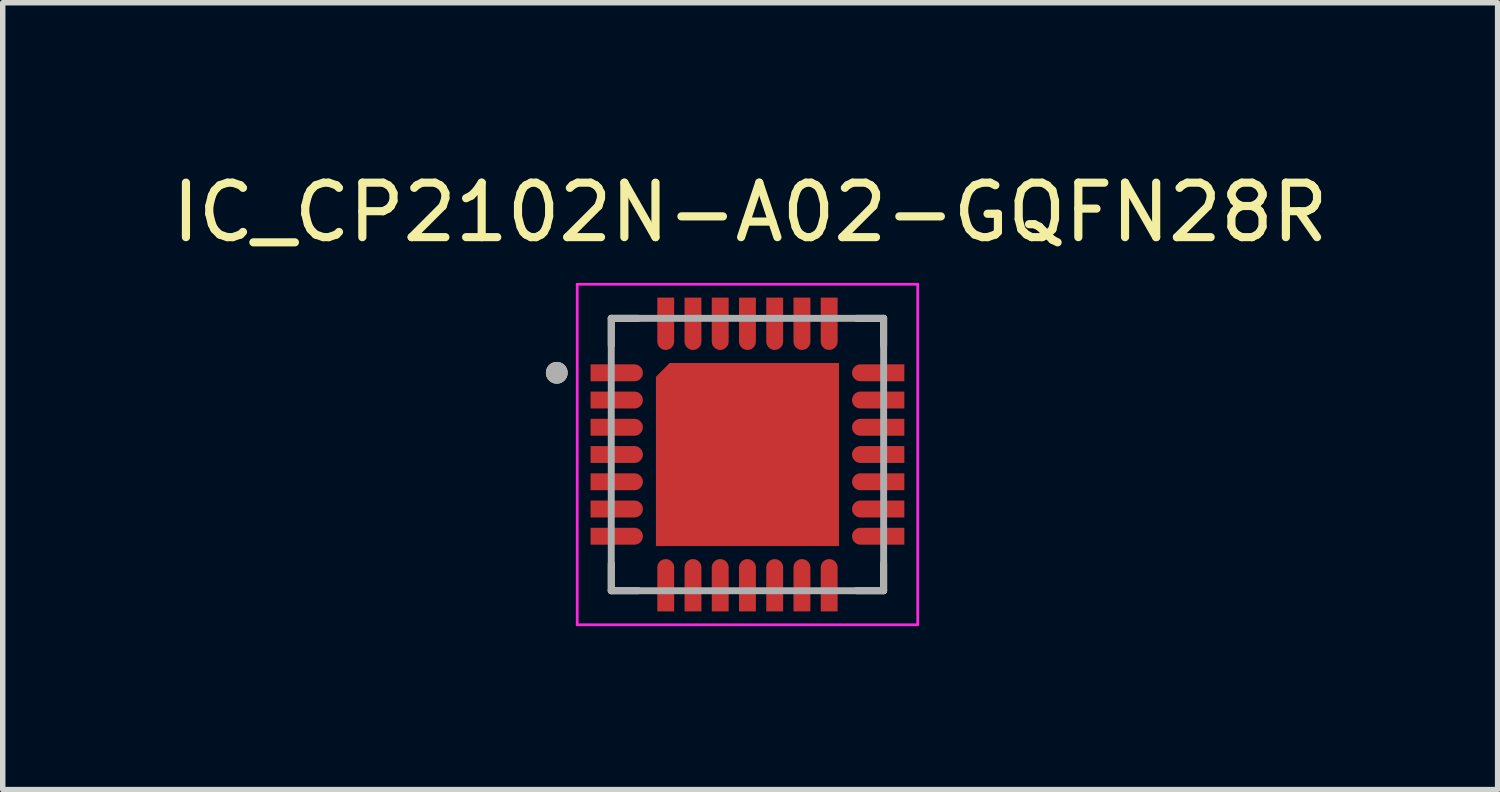
<source format=kicad_pcb>
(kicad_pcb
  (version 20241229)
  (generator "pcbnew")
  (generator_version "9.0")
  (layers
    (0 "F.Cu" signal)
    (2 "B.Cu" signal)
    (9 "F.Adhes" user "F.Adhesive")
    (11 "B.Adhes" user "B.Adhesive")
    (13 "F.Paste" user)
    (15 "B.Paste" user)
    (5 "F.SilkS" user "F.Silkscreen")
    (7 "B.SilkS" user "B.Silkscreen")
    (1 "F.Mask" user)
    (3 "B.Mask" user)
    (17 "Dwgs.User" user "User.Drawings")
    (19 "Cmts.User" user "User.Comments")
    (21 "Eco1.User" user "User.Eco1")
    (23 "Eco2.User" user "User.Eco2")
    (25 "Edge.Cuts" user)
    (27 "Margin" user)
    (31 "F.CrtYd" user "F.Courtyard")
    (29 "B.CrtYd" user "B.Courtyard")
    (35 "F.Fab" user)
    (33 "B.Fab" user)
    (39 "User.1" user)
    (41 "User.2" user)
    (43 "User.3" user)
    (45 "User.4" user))
  (footprint "IC_CP2102N-A02-GQFN28R"
    (layer "F.Cu")
    (at 10.67 5.293)
    (property "Reference" "IC_CP2102N-A02-GQFN28R" (at 0.05 -4.445 0) (layer "F.SilkS") (effects (font (size 1 1) (thickness 0.15))))
    (attr smd)
    (fp_poly (pts (xy -1.735 1.735) (xy -1.735 -1.453) (xy -1.453 -1.735) (xy 1.735 -1.735) (xy 1.735 1.735)) (stroke (width 0.01) (type solid)) (fill yes) (layer "F.Mask"))
    (fp_poly (pts (xy -2.935 -1.71) (xy -2.075 -1.71) (xy -2.064 -1.71) (xy -2.053 -1.709) (xy -2.042 -1.707) (xy -2.031 -1.705) (xy -2.021 -1.703) (xy -2.01 -1.7) (xy -2 -1.696) (xy -1.99 -1.692) (xy -1.98 -1.687) (xy -1.97 -1.682) (xy -1.961 -1.676) (xy -1.952 -1.67) (xy -1.943 -1.663) (xy -1.934 -1.656) (xy -1.927 -1.648) (xy -1.919 -1.641) (xy -1.912 -1.632) (xy -1.905 -1.623) (xy -1.899 -1.614) (xy -1.893 -1.605) (xy -1.888 -1.595) (xy -1.883 -1.585) (xy -1.879 -1.575) (xy -1.875 -1.565) (xy -1.872 -1.554) (xy -1.87 -1.544) (xy -1.868 -1.533) (xy -1.866 -1.522) (xy -1.865 -1.511) (xy -1.865 -1.5) (xy -1.865 -1.489) (xy -1.866 -1.478) (xy -1.868 -1.467) (xy -1.87 -1.456) (xy -1.872 -1.446) (xy -1.875 -1.435) (xy -1.879 -1.425) (xy -1.883 -1.415) (xy -1.888 -1.405) (xy -1.893 -1.395) (xy -1.899 -1.386) (xy -1.905 -1.377) (xy -1.912 -1.368) (xy -1.919 -1.359) (xy -1.927 -1.352) (xy -1.934 -1.344) (xy -1.943 -1.337) (xy -1.952 -1.33) (xy -1.961 -1.324) (xy -1.97 -1.318) (xy -1.98 -1.313) (xy -1.99 -1.308) (xy -2 -1.304) (xy -2.01 -1.3) (xy -2.021 -1.297) (xy -2.031 -1.295) (xy -2.042 -1.293) (xy -2.053 -1.291) (xy -2.064 -1.29) (xy -2.075 -1.29) (xy -2.935 -1.29) (xy -2.935 -1.71)) (stroke (width 0.01) (type solid)) (fill yes) (layer "F.Mask"))
    (fp_poly (pts (xy -2.935 -1.21) (xy -2.075 -1.21) (xy -2.064 -1.21) (xy -2.053 -1.209) (xy -2.042 -1.207) (xy -2.031 -1.205) (xy -2.021 -1.203) (xy -2.01 -1.2) (xy -2 -1.196) (xy -1.99 -1.192) (xy -1.98 -1.187) (xy -1.97 -1.182) (xy -1.961 -1.176) (xy -1.952 -1.17) (xy -1.943 -1.163) (xy -1.934 -1.156) (xy -1.927 -1.148) (xy -1.919 -1.141) (xy -1.912 -1.132) (xy -1.905 -1.123) (xy -1.899 -1.114) (xy -1.893 -1.105) (xy -1.888 -1.095) (xy -1.883 -1.085) (xy -1.879 -1.075) (xy -1.875 -1.065) (xy -1.872 -1.054) (xy -1.87 -1.044) (xy -1.868 -1.033) (xy -1.866 -1.022) (xy -1.865 -1.011) (xy -1.865 -1) (xy -1.865 -0.989) (xy -1.866 -0.978) (xy -1.868 -0.967) (xy -1.87 -0.956) (xy -1.872 -0.946) (xy -1.875 -0.935) (xy -1.879 -0.925) (xy -1.883 -0.915) (xy -1.888 -0.905) (xy -1.893 -0.895) (xy -1.899 -0.886) (xy -1.905 -0.877) (xy -1.912 -0.868) (xy -1.919 -0.859) (xy -1.927 -0.852) (xy -1.934 -0.844) (xy -1.943 -0.837) (xy -1.952 -0.83) (xy -1.961 -0.824) (xy -1.97 -0.818) (xy -1.98 -0.813) (xy -1.99 -0.808) (xy -2 -0.804) (xy -2.01 -0.8) (xy -2.021 -0.797) (xy -2.031 -0.795) (xy -2.042 -0.793) (xy -2.053 -0.791) (xy -2.064 -0.79) (xy -2.075 -0.79) (xy -2.935 -0.79) (xy -2.935 -1.21)) (stroke (width 0.01) (type solid)) (fill yes) (layer "F.Mask"))
    (fp_poly (pts (xy -2.935 -0.71) (xy -2.075 -0.71) (xy -2.064 -0.71) (xy -2.053 -0.709) (xy -2.042 -0.707) (xy -2.031 -0.705) (xy -2.021 -0.703) (xy -2.01 -0.7) (xy -2 -0.696) (xy -1.99 -0.692) (xy -1.98 -0.687) (xy -1.97 -0.682) (xy -1.961 -0.676) (xy -1.952 -0.67) (xy -1.943 -0.663) (xy -1.934 -0.656) (xy -1.927 -0.648) (xy -1.919 -0.641) (xy -1.912 -0.632) (xy -1.905 -0.623) (xy -1.899 -0.614) (xy -1.893 -0.605) (xy -1.888 -0.595) (xy -1.883 -0.585) (xy -1.879 -0.575) (xy -1.875 -0.565) (xy -1.872 -0.554) (xy -1.87 -0.544) (xy -1.868 -0.533) (xy -1.866 -0.522) (xy -1.865 -0.511) (xy -1.865 -0.5) (xy -1.865 -0.489) (xy -1.866 -0.478) (xy -1.868 -0.467) (xy -1.87 -0.456) (xy -1.872 -0.446) (xy -1.875 -0.435) (xy -1.879 -0.425) (xy -1.883 -0.415) (xy -1.888 -0.405) (xy -1.893 -0.395) (xy -1.899 -0.386) (xy -1.905 -0.377) (xy -1.912 -0.368) (xy -1.919 -0.359) (xy -1.927 -0.352) (xy -1.934 -0.344) (xy -1.943 -0.337) (xy -1.952 -0.33) (xy -1.961 -0.324) (xy -1.97 -0.318) (xy -1.98 -0.313) (xy -1.99 -0.308) (xy -2 -0.304) (xy -2.01 -0.3) (xy -2.021 -0.297) (xy -2.031 -0.295) (xy -2.042 -0.293) (xy -2.053 -0.291) (xy -2.064 -0.29) (xy -2.075 -0.29) (xy -2.935 -0.29) (xy -2.935 -0.71)) (stroke (width 0.01) (type solid)) (fill yes) (layer "F.Mask"))
    (fp_poly (pts (xy -2.935 -0.21) (xy -2.075 -0.21) (xy -2.064 -0.21) (xy -2.053 -0.209) (xy -2.042 -0.207) (xy -2.031 -0.205) (xy -2.021 -0.203) (xy -2.01 -0.2) (xy -2 -0.196) (xy -1.99 -0.192) (xy -1.98 -0.187) (xy -1.97 -0.182) (xy -1.961 -0.176) (xy -1.952 -0.17) (xy -1.943 -0.163) (xy -1.934 -0.156) (xy -1.927 -0.148) (xy -1.919 -0.141) (xy -1.912 -0.132) (xy -1.905 -0.123) (xy -1.899 -0.114) (xy -1.893 -0.105) (xy -1.888 -0.095) (xy -1.883 -0.085) (xy -1.879 -0.075) (xy -1.875 -0.065) (xy -1.872 -0.054) (xy -1.87 -0.044) (xy -1.868 -0.033) (xy -1.866 -0.022) (xy -1.865 -0.011) (xy -1.865 0) (xy -1.865 0.011) (xy -1.866 0.022) (xy -1.868 0.033) (xy -1.87 0.044) (xy -1.872 0.054) (xy -1.875 0.065) (xy -1.879 0.075) (xy -1.883 0.085) (xy -1.888 0.095) (xy -1.893 0.105) (xy -1.899 0.114) (xy -1.905 0.123) (xy -1.912 0.132) (xy -1.919 0.141) (xy -1.927 0.148) (xy -1.934 0.156) (xy -1.943 0.163) (xy -1.952 0.17) (xy -1.961 0.176) (xy -1.97 0.182) (xy -1.98 0.187) (xy -1.99 0.192) (xy -2 0.196) (xy -2.01 0.2) (xy -2.021 0.203) (xy -2.031 0.205) (xy -2.042 0.207) (xy -2.053 0.209) (xy -2.064 0.21) (xy -2.075 0.21) (xy -2.935 0.21) (xy -2.935 -0.21)) (stroke (width 0.01) (type solid)) (fill yes) (layer "F.Mask"))
    (fp_poly (pts (xy -2.935 0.29) (xy -2.075 0.29) (xy -2.064 0.29) (xy -2.053 0.291) (xy -2.042 0.293) (xy -2.031 0.295) (xy -2.021 0.297) (xy -2.01 0.3) (xy -2 0.304) (xy -1.99 0.308) (xy -1.98 0.313) (xy -1.97 0.318) (xy -1.961 0.324) (xy -1.952 0.33) (xy -1.943 0.337) (xy -1.934 0.344) (xy -1.927 0.352) (xy -1.919 0.359) (xy -1.912 0.368) (xy -1.905 0.377) (xy -1.899 0.386) (xy -1.893 0.395) (xy -1.888 0.405) (xy -1.883 0.415) (xy -1.879 0.425) (xy -1.875 0.435) (xy -1.872 0.446) (xy -1.87 0.456) (xy -1.868 0.467) (xy -1.866 0.478) (xy -1.865 0.489) (xy -1.865 0.5) (xy -1.865 0.511) (xy -1.866 0.522) (xy -1.868 0.533) (xy -1.87 0.544) (xy -1.872 0.554) (xy -1.875 0.565) (xy -1.879 0.575) (xy -1.883 0.585) (xy -1.888 0.595) (xy -1.893 0.605) (xy -1.899 0.614) (xy -1.905 0.623) (xy -1.912 0.632) (xy -1.919 0.641) (xy -1.927 0.648) (xy -1.934 0.656) (xy -1.943 0.663) (xy -1.952 0.67) (xy -1.961 0.676) (xy -1.97 0.682) (xy -1.98 0.687) (xy -1.99 0.692) (xy -2 0.696) (xy -2.01 0.7) (xy -2.021 0.703) (xy -2.031 0.705) (xy -2.042 0.707) (xy -2.053 0.709) (xy -2.064 0.71) (xy -2.075 0.71) (xy -2.935 0.71) (xy -2.935 0.29)) (stroke (width 0.01) (type solid)) (fill yes) (layer "F.Mask"))
    (fp_poly (pts (xy -2.935 0.79) (xy -2.075 0.79) (xy -2.064 0.79) (xy -2.053 0.791) (xy -2.042 0.793) (xy -2.031 0.795) (xy -2.021 0.797) (xy -2.01 0.8) (xy -2 0.804) (xy -1.99 0.808) (xy -1.98 0.813) (xy -1.97 0.818) (xy -1.961 0.824) (xy -1.952 0.83) (xy -1.943 0.837) (xy -1.934 0.844) (xy -1.927 0.852) (xy -1.919 0.859) (xy -1.912 0.868) (xy -1.905 0.877) (xy -1.899 0.886) (xy -1.893 0.895) (xy -1.888 0.905) (xy -1.883 0.915) (xy -1.879 0.925) (xy -1.875 0.935) (xy -1.872 0.946) (xy -1.87 0.956) (xy -1.868 0.967) (xy -1.866 0.978) (xy -1.865 0.989) (xy -1.865 1) (xy -1.865 1.011) (xy -1.866 1.022) (xy -1.868 1.033) (xy -1.87 1.044) (xy -1.872 1.054) (xy -1.875 1.065) (xy -1.879 1.075) (xy -1.883 1.085) (xy -1.888 1.095) (xy -1.893 1.105) (xy -1.899 1.114) (xy -1.905 1.123) (xy -1.912 1.132) (xy -1.919 1.141) (xy -1.927 1.148) (xy -1.934 1.156) (xy -1.943 1.163) (xy -1.952 1.17) (xy -1.961 1.176) (xy -1.97 1.182) (xy -1.98 1.187) (xy -1.99 1.192) (xy -2 1.196) (xy -2.01 1.2) (xy -2.021 1.203) (xy -2.031 1.205) (xy -2.042 1.207) (xy -2.053 1.209) (xy -2.064 1.21) (xy -2.075 1.21) (xy -2.935 1.21) (xy -2.935 0.79)) (stroke (width 0.01) (type solid)) (fill yes) (layer "F.Mask"))
    (fp_poly (pts (xy -2.935 1.29) (xy -2.075 1.29) (xy -2.064 1.29) (xy -2.053 1.291) (xy -2.042 1.293) (xy -2.031 1.295) (xy -2.021 1.297) (xy -2.01 1.3) (xy -2 1.304) (xy -1.99 1.308) (xy -1.98 1.313) (xy -1.97 1.318) (xy -1.961 1.324) (xy -1.952 1.33) (xy -1.943 1.337) (xy -1.934 1.344) (xy -1.927 1.352) (xy -1.919 1.359) (xy -1.912 1.368) (xy -1.905 1.377) (xy -1.899 1.386) (xy -1.893 1.395) (xy -1.888 1.405) (xy -1.883 1.415) (xy -1.879 1.425) (xy -1.875 1.435) (xy -1.872 1.446) (xy -1.87 1.456) (xy -1.868 1.467) (xy -1.866 1.478) (xy -1.865 1.489) (xy -1.865 1.5) (xy -1.865 1.511) (xy -1.866 1.522) (xy -1.868 1.533) (xy -1.87 1.544) (xy -1.872 1.554) (xy -1.875 1.565) (xy -1.879 1.575) (xy -1.883 1.585) (xy -1.888 1.595) (xy -1.893 1.605) (xy -1.899 1.614) (xy -1.905 1.623) (xy -1.912 1.632) (xy -1.919 1.641) (xy -1.927 1.648) (xy -1.934 1.656) (xy -1.943 1.663) (xy -1.952 1.67) (xy -1.961 1.676) (xy -1.97 1.682) (xy -1.98 1.687) (xy -1.99 1.692) (xy -2 1.696) (xy -2.01 1.7) (xy -2.021 1.703) (xy -2.031 1.705) (xy -2.042 1.707) (xy -2.053 1.709) (xy -2.064 1.71) (xy -2.075 1.71) (xy -2.935 1.71) (xy -2.935 1.29)) (stroke (width 0.01) (type solid)) (fill yes) (layer "F.Mask"))
    (fp_poly (pts (xy -1.71 2.935) (xy -1.71 2.075) (xy -1.71 2.064) (xy -1.709 2.053) (xy -1.707 2.042) (xy -1.705 2.031) (xy -1.703 2.021) (xy -1.7 2.01) (xy -1.696 2) (xy -1.692 1.99) (xy -1.687 1.98) (xy -1.682 1.97) (xy -1.676 1.961) (xy -1.67 1.952) (xy -1.663 1.943) (xy -1.656 1.934) (xy -1.648 1.927) (xy -1.641 1.919) (xy -1.632 1.912) (xy -1.623 1.905) (xy -1.614 1.899) (xy -1.605 1.893) (xy -1.595 1.888) (xy -1.585 1.883) (xy -1.575 1.879) (xy -1.565 1.875) (xy -1.554 1.872) (xy -1.544 1.87) (xy -1.533 1.868) (xy -1.522 1.866) (xy -1.511 1.865) (xy -1.5 1.865) (xy -1.489 1.865) (xy -1.478 1.866) (xy -1.467 1.868) (xy -1.456 1.87) (xy -1.446 1.872) (xy -1.435 1.875) (xy -1.425 1.879) (xy -1.415 1.883) (xy -1.405 1.888) (xy -1.395 1.893) (xy -1.386 1.899) (xy -1.377 1.905) (xy -1.368 1.912) (xy -1.359 1.919) (xy -1.352 1.927) (xy -1.344 1.934) (xy -1.337 1.943) (xy -1.33 1.952) (xy -1.324 1.961) (xy -1.318 1.97) (xy -1.313 1.98) (xy -1.308 1.99) (xy -1.304 2) (xy -1.3 2.01) (xy -1.297 2.021) (xy -1.295 2.031) (xy -1.293 2.042) (xy -1.291 2.053) (xy -1.29 2.064) (xy -1.29 2.075) (xy -1.29 2.935) (xy -1.71 2.935)) (stroke (width 0.01) (type solid)) (fill yes) (layer "F.Mask"))
    (fp_poly (pts (xy -1.29 -2.935) (xy -1.29 -2.075) (xy -1.29 -2.064) (xy -1.291 -2.053) (xy -1.293 -2.042) (xy -1.295 -2.031) (xy -1.297 -2.021) (xy -1.3 -2.01) (xy -1.304 -2) (xy -1.308 -1.99) (xy -1.313 -1.98) (xy -1.318 -1.97) (xy -1.324 -1.961) (xy -1.33 -1.952) (xy -1.337 -1.943) (xy -1.344 -1.934) (xy -1.352 -1.927) (xy -1.359 -1.919) (xy -1.368 -1.912) (xy -1.377 -1.905) (xy -1.386 -1.899) (xy -1.395 -1.893) (xy -1.405 -1.888) (xy -1.415 -1.883) (xy -1.425 -1.879) (xy -1.435 -1.875) (xy -1.446 -1.872) (xy -1.456 -1.87) (xy -1.467 -1.868) (xy -1.478 -1.866) (xy -1.489 -1.865) (xy -1.5 -1.865) (xy -1.511 -1.865) (xy -1.522 -1.866) (xy -1.533 -1.868) (xy -1.544 -1.87) (xy -1.554 -1.872) (xy -1.565 -1.875) (xy -1.575 -1.879) (xy -1.585 -1.883) (xy -1.595 -1.888) (xy -1.605 -1.893) (xy -1.614 -1.899) (xy -1.623 -1.905) (xy -1.632 -1.912) (xy -1.641 -1.919) (xy -1.648 -1.927) (xy -1.656 -1.934) (xy -1.663 -1.943) (xy -1.67 -1.952) (xy -1.676 -1.961) (xy -1.682 -1.97) (xy -1.687 -1.98) (xy -1.692 -1.99) (xy -1.696 -2) (xy -1.7 -2.01) (xy -1.703 -2.021) (xy -1.705 -2.031) (xy -1.707 -2.042) (xy -1.709 -2.053) (xy -1.71 -2.064) (xy -1.71 -2.075) (xy -1.71 -2.935) (xy -1.29 -2.935)) (stroke (width 0.01) (type solid)) (fill yes) (layer "F.Mask"))
    (fp_poly (pts (xy -1.21 2.935) (xy -1.21 2.075) (xy -1.21 2.064) (xy -1.209 2.053) (xy -1.207 2.042) (xy -1.205 2.031) (xy -1.203 2.021) (xy -1.2 2.01) (xy -1.196 2) (xy -1.192 1.99) (xy -1.187 1.98) (xy -1.182 1.97) (xy -1.176 1.961) (xy -1.17 1.952) (xy -1.163 1.943) (xy -1.156 1.934) (xy -1.148 1.927) (xy -1.141 1.919) (xy -1.132 1.912) (xy -1.123 1.905) (xy -1.114 1.899) (xy -1.105 1.893) (xy -1.095 1.888) (xy -1.085 1.883) (xy -1.075 1.879) (xy -1.065 1.875) (xy -1.054 1.872) (xy -1.044 1.87) (xy -1.033 1.868) (xy -1.022 1.866) (xy -1.011 1.865) (xy -1 1.865) (xy -0.989 1.865) (xy -0.978 1.866) (xy -0.967 1.868) (xy -0.956 1.87) (xy -0.946 1.872) (xy -0.935 1.875) (xy -0.925 1.879) (xy -0.915 1.883) (xy -0.905 1.888) (xy -0.895 1.893) (xy -0.886 1.899) (xy -0.877 1.905) (xy -0.868 1.912) (xy -0.859 1.919) (xy -0.852 1.927) (xy -0.844 1.934) (xy -0.837 1.943) (xy -0.83 1.952) (xy -0.824 1.961) (xy -0.818 1.97) (xy -0.813 1.98) (xy -0.808 1.99) (xy -0.804 2) (xy -0.8 2.01) (xy -0.797 2.021) (xy -0.795 2.031) (xy -0.793 2.042) (xy -0.791 2.053) (xy -0.79 2.064) (xy -0.79 2.075) (xy -0.79 2.935) (xy -1.21 2.935)) (stroke (width 0.01) (type solid)) (fill yes) (layer "F.Mask"))
    (fp_poly (pts (xy -0.79 -2.935) (xy -0.79 -2.075) (xy -0.79 -2.064) (xy -0.791 -2.053) (xy -0.793 -2.042) (xy -0.795 -2.031) (xy -0.797 -2.021) (xy -0.8 -2.01) (xy -0.804 -2) (xy -0.808 -1.99) (xy -0.813 -1.98) (xy -0.818 -1.97) (xy -0.824 -1.961) (xy -0.83 -1.952) (xy -0.837 -1.943) (xy -0.844 -1.934) (xy -0.852 -1.927) (xy -0.859 -1.919) (xy -0.868 -1.912) (xy -0.877 -1.905) (xy -0.886 -1.899) (xy -0.895 -1.893) (xy -0.905 -1.888) (xy -0.915 -1.883) (xy -0.925 -1.879) (xy -0.935 -1.875) (xy -0.946 -1.872) (xy -0.956 -1.87) (xy -0.967 -1.868) (xy -0.978 -1.866) (xy -0.989 -1.865) (xy -1 -1.865) (xy -1.011 -1.865) (xy -1.022 -1.866) (xy -1.033 -1.868) (xy -1.044 -1.87) (xy -1.054 -1.872) (xy -1.065 -1.875) (xy -1.075 -1.879) (xy -1.085 -1.883) (xy -1.095 -1.888) (xy -1.105 -1.893) (xy -1.114 -1.899) (xy -1.123 -1.905) (xy -1.132 -1.912) (xy -1.141 -1.919) (xy -1.148 -1.927) (xy -1.156 -1.934) (xy -1.163 -1.943) (xy -1.17 -1.952) (xy -1.176 -1.961) (xy -1.182 -1.97) (xy -1.187 -1.98) (xy -1.192 -1.99) (xy -1.196 -2) (xy -1.2 -2.01) (xy -1.203 -2.021) (xy -1.205 -2.031) (xy -1.207 -2.042) (xy -1.209 -2.053) (xy -1.21 -2.064) (xy -1.21 -2.075) (xy -1.21 -2.935) (xy -0.79 -2.935)) (stroke (width 0.01) (type solid)) (fill yes) (layer "F.Mask"))
    (fp_poly (pts (xy -0.71 2.935) (xy -0.71 2.075) (xy -0.71 2.064) (xy -0.709 2.053) (xy -0.707 2.042) (xy -0.705 2.031) (xy -0.703 2.021) (xy -0.7 2.01) (xy -0.696 2) (xy -0.692 1.99) (xy -0.687 1.98) (xy -0.682 1.97) (xy -0.676 1.961) (xy -0.67 1.952) (xy -0.663 1.943) (xy -0.656 1.934) (xy -0.648 1.927) (xy -0.641 1.919) (xy -0.632 1.912) (xy -0.623 1.905) (xy -0.614 1.899) (xy -0.605 1.893) (xy -0.595 1.888) (xy -0.585 1.883) (xy -0.575 1.879) (xy -0.565 1.875) (xy -0.554 1.872) (xy -0.544 1.87) (xy -0.533 1.868) (xy -0.522 1.866) (xy -0.511 1.865) (xy -0.5 1.865) (xy -0.489 1.865) (xy -0.478 1.866) (xy -0.467 1.868) (xy -0.456 1.87) (xy -0.446 1.872) (xy -0.435 1.875) (xy -0.425 1.879) (xy -0.415 1.883) (xy -0.405 1.888) (xy -0.395 1.893) (xy -0.386 1.899) (xy -0.377 1.905) (xy -0.368 1.912) (xy -0.359 1.919) (xy -0.352 1.927) (xy -0.344 1.934) (xy -0.337 1.943) (xy -0.33 1.952) (xy -0.324 1.961) (xy -0.318 1.97) (xy -0.313 1.98) (xy -0.308 1.99) (xy -0.304 2) (xy -0.3 2.01) (xy -0.297 2.021) (xy -0.295 2.031) (xy -0.293 2.042) (xy -0.291 2.053) (xy -0.29 2.064) (xy -0.29 2.075) (xy -0.29 2.935) (xy -0.71 2.935)) (stroke (width 0.01) (type solid)) (fill yes) (layer "F.Mask"))
    (fp_poly (pts (xy -0.29 -2.935) (xy -0.29 -2.075) (xy -0.29 -2.064) (xy -0.291 -2.053) (xy -0.293 -2.042) (xy -0.295 -2.031) (xy -0.297 -2.021) (xy -0.3 -2.01) (xy -0.304 -2) (xy -0.308 -1.99) (xy -0.313 -1.98) (xy -0.318 -1.97) (xy -0.324 -1.961) (xy -0.33 -1.952) (xy -0.337 -1.943) (xy -0.344 -1.934) (xy -0.352 -1.927) (xy -0.359 -1.919) (xy -0.368 -1.912) (xy -0.377 -1.905) (xy -0.386 -1.899) (xy -0.395 -1.893) (xy -0.405 -1.888) (xy -0.415 -1.883) (xy -0.425 -1.879) (xy -0.435 -1.875) (xy -0.446 -1.872) (xy -0.456 -1.87) (xy -0.467 -1.868) (xy -0.478 -1.866) (xy -0.489 -1.865) (xy -0.5 -1.865) (xy -0.511 -1.865) (xy -0.522 -1.866) (xy -0.533 -1.868) (xy -0.544 -1.87) (xy -0.554 -1.872) (xy -0.565 -1.875) (xy -0.575 -1.879) (xy -0.585 -1.883) (xy -0.595 -1.888) (xy -0.605 -1.893) (xy -0.614 -1.899) (xy -0.623 -1.905) (xy -0.632 -1.912) (xy -0.641 -1.919) (xy -0.648 -1.927) (xy -0.656 -1.934) (xy -0.663 -1.943) (xy -0.67 -1.952) (xy -0.676 -1.961) (xy -0.682 -1.97) (xy -0.687 -1.98) (xy -0.692 -1.99) (xy -0.696 -2) (xy -0.7 -2.01) (xy -0.703 -2.021) (xy -0.705 -2.031) (xy -0.707 -2.042) (xy -0.709 -2.053) (xy -0.71 -2.064) (xy -0.71 -2.075) (xy -0.71 -2.935) (xy -0.29 -2.935)) (stroke (width 0.01) (type solid)) (fill yes) (layer "F.Mask"))
    (fp_poly (pts (xy -0.21 2.935) (xy -0.21 2.075) (xy -0.21 2.064) (xy -0.209 2.053) (xy -0.207 2.042) (xy -0.205 2.031) (xy -0.203 2.021) (xy -0.2 2.01) (xy -0.196 2) (xy -0.192 1.99) (xy -0.187 1.98) (xy -0.182 1.97) (xy -0.176 1.961) (xy -0.17 1.952) (xy -0.163 1.943) (xy -0.156 1.934) (xy -0.148 1.927) (xy -0.141 1.919) (xy -0.132 1.912) (xy -0.123 1.905) (xy -0.114 1.899) (xy -0.105 1.893) (xy -0.095 1.888) (xy -0.085 1.883) (xy -0.075 1.879) (xy -0.065 1.875) (xy -0.054 1.872) (xy -0.044 1.87) (xy -0.033 1.868) (xy -0.022 1.866) (xy -0.011 1.865) (xy 0 1.865) (xy 0.011 1.865) (xy 0.022 1.866) (xy 0.033 1.868) (xy 0.044 1.87) (xy 0.054 1.872) (xy 0.065 1.875) (xy 0.075 1.879) (xy 0.085 1.883) (xy 0.095 1.888) (xy 0.105 1.893) (xy 0.114 1.899) (xy 0.123 1.905) (xy 0.132 1.912) (xy 0.141 1.919) (xy 0.148 1.927) (xy 0.156 1.934) (xy 0.163 1.943) (xy 0.17 1.952) (xy 0.176 1.961) (xy 0.182 1.97) (xy 0.187 1.98) (xy 0.192 1.99) (xy 0.196 2) (xy 0.2 2.01) (xy 0.203 2.021) (xy 0.205 2.031) (xy 0.207 2.042) (xy 0.209 2.053) (xy 0.21 2.064) (xy 0.21 2.075) (xy 0.21 2.935) (xy -0.21 2.935)) (stroke (width 0.01) (type solid)) (fill yes) (layer "F.Mask"))
    (fp_poly (pts (xy 0.21 -2.935) (xy 0.21 -2.075) (xy 0.21 -2.064) (xy 0.209 -2.053) (xy 0.207 -2.042) (xy 0.205 -2.031) (xy 0.203 -2.021) (xy 0.2 -2.01) (xy 0.196 -2) (xy 0.192 -1.99) (xy 0.187 -1.98) (xy 0.182 -1.97) (xy 0.176 -1.961) (xy 0.17 -1.952) (xy 0.163 -1.943) (xy 0.156 -1.934) (xy 0.148 -1.927) (xy 0.141 -1.919) (xy 0.132 -1.912) (xy 0.123 -1.905) (xy 0.114 -1.899) (xy 0.105 -1.893) (xy 0.095 -1.888) (xy 0.085 -1.883) (xy 0.075 -1.879) (xy 0.065 -1.875) (xy 0.054 -1.872) (xy 0.044 -1.87) (xy 0.033 -1.868) (xy 0.022 -1.866) (xy 0.011 -1.865) (xy 0 -1.865) (xy -0.011 -1.865) (xy -0.022 -1.866) (xy -0.033 -1.868) (xy -0.044 -1.87) (xy -0.054 -1.872) (xy -0.065 -1.875) (xy -0.075 -1.879) (xy -0.085 -1.883) (xy -0.095 -1.888) (xy -0.105 -1.893) (xy -0.114 -1.899) (xy -0.123 -1.905) (xy -0.132 -1.912) (xy -0.141 -1.919) (xy -0.148 -1.927) (xy -0.156 -1.934) (xy -0.163 -1.943) (xy -0.17 -1.952) (xy -0.176 -1.961) (xy -0.182 -1.97) (xy -0.187 -1.98) (xy -0.192 -1.99) (xy -0.196 -2) (xy -0.2 -2.01) (xy -0.203 -2.021) (xy -0.205 -2.031) (xy -0.207 -2.042) (xy -0.209 -2.053) (xy -0.21 -2.064) (xy -0.21 -2.075) (xy -0.21 -2.935) (xy 0.21 -2.935)) (stroke (width 0.01) (type solid)) (fill yes) (layer "F.Mask"))
    (fp_poly (pts (xy 0.29 2.935) (xy 0.29 2.075) (xy 0.29 2.064) (xy 0.291 2.053) (xy 0.293 2.042) (xy 0.295 2.031) (xy 0.297 2.021) (xy 0.3 2.01) (xy 0.304 2) (xy 0.308 1.99) (xy 0.313 1.98) (xy 0.318 1.97) (xy 0.324 1.961) (xy 0.33 1.952) (xy 0.337 1.943) (xy 0.344 1.934) (xy 0.352 1.927) (xy 0.359 1.919) (xy 0.368 1.912) (xy 0.377 1.905) (xy 0.386 1.899) (xy 0.395 1.893) (xy 0.405 1.888) (xy 0.415 1.883) (xy 0.425 1.879) (xy 0.435 1.875) (xy 0.446 1.872) (xy 0.456 1.87) (xy 0.467 1.868) (xy 0.478 1.866) (xy 0.489 1.865) (xy 0.5 1.865) (xy 0.511 1.865) (xy 0.522 1.866) (xy 0.533 1.868) (xy 0.544 1.87) (xy 0.554 1.872) (xy 0.565 1.875) (xy 0.575 1.879) (xy 0.585 1.883) (xy 0.595 1.888) (xy 0.605 1.893) (xy 0.614 1.899) (xy 0.623 1.905) (xy 0.632 1.912) (xy 0.641 1.919) (xy 0.648 1.927) (xy 0.656 1.934) (xy 0.663 1.943) (xy 0.67 1.952) (xy 0.676 1.961) (xy 0.682 1.97) (xy 0.687 1.98) (xy 0.692 1.99) (xy 0.696 2) (xy 0.7 2.01) (xy 0.703 2.021) (xy 0.705 2.031) (xy 0.707 2.042) (xy 0.709 2.053) (xy 0.71 2.064) (xy 0.71 2.075) (xy 0.71 2.935) (xy 0.29 2.935)) (stroke (width 0.01) (type solid)) (fill yes) (layer "F.Mask"))
    (fp_poly (pts (xy 0.71 -2.935) (xy 0.71 -2.075) (xy 0.71 -2.064) (xy 0.709 -2.053) (xy 0.707 -2.042) (xy 0.705 -2.031) (xy 0.703 -2.021) (xy 0.7 -2.01) (xy 0.696 -2) (xy 0.692 -1.99) (xy 0.687 -1.98) (xy 0.682 -1.97) (xy 0.676 -1.961) (xy 0.67 -1.952) (xy 0.663 -1.943) (xy 0.656 -1.934) (xy 0.648 -1.927) (xy 0.641 -1.919) (xy 0.632 -1.912) (xy 0.623 -1.905) (xy 0.614 -1.899) (xy 0.605 -1.893) (xy 0.595 -1.888) (xy 0.585 -1.883) (xy 0.575 -1.879) (xy 0.565 -1.875) (xy 0.554 -1.872) (xy 0.544 -1.87) (xy 0.533 -1.868) (xy 0.522 -1.866) (xy 0.511 -1.865) (xy 0.5 -1.865) (xy 0.489 -1.865) (xy 0.478 -1.866) (xy 0.467 -1.868) (xy 0.456 -1.87) (xy 0.446 -1.872) (xy 0.435 -1.875) (xy 0.425 -1.879) (xy 0.415 -1.883) (xy 0.405 -1.888) (xy 0.395 -1.893) (xy 0.386 -1.899) (xy 0.377 -1.905) (xy 0.368 -1.912) (xy 0.359 -1.919) (xy 0.352 -1.927) (xy 0.344 -1.934) (xy 0.337 -1.943) (xy 0.33 -1.952) (xy 0.324 -1.961) (xy 0.318 -1.97) (xy 0.313 -1.98) (xy 0.308 -1.99) (xy 0.304 -2) (xy 0.3 -2.01) (xy 0.297 -2.021) (xy 0.295 -2.031) (xy 0.293 -2.042) (xy 0.291 -2.053) (xy 0.29 -2.064) (xy 0.29 -2.075) (xy 0.29 -2.935) (xy 0.71 -2.935)) (stroke (width 0.01) (type solid)) (fill yes) (layer "F.Mask"))
    (fp_poly (pts (xy 0.79 2.935) (xy 0.79 2.075) (xy 0.79 2.064) (xy 0.791 2.053) (xy 0.793 2.042) (xy 0.795 2.031) (xy 0.797 2.021) (xy 0.8 2.01) (xy 0.804 2) (xy 0.808 1.99) (xy 0.813 1.98) (xy 0.818 1.97) (xy 0.824 1.961) (xy 0.83 1.952) (xy 0.837 1.943) (xy 0.844 1.934) (xy 0.852 1.927) (xy 0.859 1.919) (xy 0.868 1.912) (xy 0.877 1.905) (xy 0.886 1.899) (xy 0.895 1.893) (xy 0.905 1.888) (xy 0.915 1.883) (xy 0.925 1.879) (xy 0.935 1.875) (xy 0.946 1.872) (xy 0.956 1.87) (xy 0.967 1.868) (xy 0.978 1.866) (xy 0.989 1.865) (xy 1 1.865) (xy 1.011 1.865) (xy 1.022 1.866) (xy 1.033 1.868) (xy 1.044 1.87) (xy 1.054 1.872) (xy 1.065 1.875) (xy 1.075 1.879) (xy 1.085 1.883) (xy 1.095 1.888) (xy 1.105 1.893) (xy 1.114 1.899) (xy 1.123 1.905) (xy 1.132 1.912) (xy 1.141 1.919) (xy 1.148 1.927) (xy 1.156 1.934) (xy 1.163 1.943) (xy 1.17 1.952) (xy 1.176 1.961) (xy 1.182 1.97) (xy 1.187 1.98) (xy 1.192 1.99) (xy 1.196 2) (xy 1.2 2.01) (xy 1.203 2.021) (xy 1.205 2.031) (xy 1.207 2.042) (xy 1.209 2.053) (xy 1.21 2.064) (xy 1.21 2.075) (xy 1.21 2.935) (xy 0.79 2.935)) (stroke (width 0.01) (type solid)) (fill yes) (layer "F.Mask"))
    (fp_poly (pts (xy 1.21 -2.935) (xy 1.21 -2.075) (xy 1.21 -2.064) (xy 1.209 -2.053) (xy 1.207 -2.042) (xy 1.205 -2.031) (xy 1.203 -2.021) (xy 1.2 -2.01) (xy 1.196 -2) (xy 1.192 -1.99) (xy 1.187 -1.98) (xy 1.182 -1.97) (xy 1.176 -1.961) (xy 1.17 -1.952) (xy 1.163 -1.943) (xy 1.156 -1.934) (xy 1.148 -1.927) (xy 1.141 -1.919) (xy 1.132 -1.912) (xy 1.123 -1.905) (xy 1.114 -1.899) (xy 1.105 -1.893) (xy 1.095 -1.888) (xy 1.085 -1.883) (xy 1.075 -1.879) (xy 1.065 -1.875) (xy 1.054 -1.872) (xy 1.044 -1.87) (xy 1.033 -1.868) (xy 1.022 -1.866) (xy 1.011 -1.865) (xy 1 -1.865) (xy 0.989 -1.865) (xy 0.978 -1.866) (xy 0.967 -1.868) (xy 0.956 -1.87) (xy 0.946 -1.872) (xy 0.935 -1.875) (xy 0.925 -1.879) (xy 0.915 -1.883) (xy 0.905 -1.888) (xy 0.895 -1.893) (xy 0.886 -1.899) (xy 0.877 -1.905) (xy 0.868 -1.912) (xy 0.859 -1.919) (xy 0.852 -1.927) (xy 0.844 -1.934) (xy 0.837 -1.943) (xy 0.83 -1.952) (xy 0.824 -1.961) (xy 0.818 -1.97) (xy 0.813 -1.98) (xy 0.808 -1.99) (xy 0.804 -2) (xy 0.8 -2.01) (xy 0.797 -2.021) (xy 0.795 -2.031) (xy 0.793 -2.042) (xy 0.791 -2.053) (xy 0.79 -2.064) (xy 0.79 -2.075) (xy 0.79 -2.935) (xy 1.21 -2.935)) (stroke (width 0.01) (type solid)) (fill yes) (layer "F.Mask"))
    (fp_poly (pts (xy 1.29 2.935) (xy 1.29 2.075) (xy 1.29 2.064) (xy 1.291 2.053) (xy 1.293 2.042) (xy 1.295 2.031) (xy 1.297 2.021) (xy 1.3 2.01) (xy 1.304 2) (xy 1.308 1.99) (xy 1.313 1.98) (xy 1.318 1.97) (xy 1.324 1.961) (xy 1.33 1.952) (xy 1.337 1.943) (xy 1.344 1.934) (xy 1.352 1.927) (xy 1.359 1.919) (xy 1.368 1.912) (xy 1.377 1.905) (xy 1.386 1.899) (xy 1.395 1.893) (xy 1.405 1.888) (xy 1.415 1.883) (xy 1.425 1.879) (xy 1.435 1.875) (xy 1.446 1.872) (xy 1.456 1.87) (xy 1.467 1.868) (xy 1.478 1.866) (xy 1.489 1.865) (xy 1.5 1.865) (xy 1.511 1.865) (xy 1.522 1.866) (xy 1.533 1.868) (xy 1.544 1.87) (xy 1.554 1.872) (xy 1.565 1.875) (xy 1.575 1.879) (xy 1.585 1.883) (xy 1.595 1.888) (xy 1.605 1.893) (xy 1.614 1.899) (xy 1.623 1.905) (xy 1.632 1.912) (xy 1.641 1.919) (xy 1.648 1.927) (xy 1.656 1.934) (xy 1.663 1.943) (xy 1.67 1.952) (xy 1.676 1.961) (xy 1.682 1.97) (xy 1.687 1.98) (xy 1.692 1.99) (xy 1.696 2) (xy 1.7 2.01) (xy 1.703 2.021) (xy 1.705 2.031) (xy 1.707 2.042) (xy 1.709 2.053) (xy 1.71 2.064) (xy 1.71 2.075) (xy 1.71 2.935) (xy 1.29 2.935)) (stroke (width 0.01) (type solid)) (fill yes) (layer "F.Mask"))
    (fp_poly (pts (xy 1.71 -2.935) (xy 1.71 -2.075) (xy 1.71 -2.064) (xy 1.709 -2.053) (xy 1.707 -2.042) (xy 1.705 -2.031) (xy 1.703 -2.021) (xy 1.7 -2.01) (xy 1.696 -2) (xy 1.692 -1.99) (xy 1.687 -1.98) (xy 1.682 -1.97) (xy 1.676 -1.961) (xy 1.67 -1.952) (xy 1.663 -1.943) (xy 1.656 -1.934) (xy 1.648 -1.927) (xy 1.641 -1.919) (xy 1.632 -1.912) (xy 1.623 -1.905) (xy 1.614 -1.899) (xy 1.605 -1.893) (xy 1.595 -1.888) (xy 1.585 -1.883) (xy 1.575 -1.879) (xy 1.565 -1.875) (xy 1.554 -1.872) (xy 1.544 -1.87) (xy 1.533 -1.868) (xy 1.522 -1.866) (xy 1.511 -1.865) (xy 1.5 -1.865) (xy 1.489 -1.865) (xy 1.478 -1.866) (xy 1.467 -1.868) (xy 1.456 -1.87) (xy 1.446 -1.872) (xy 1.435 -1.875) (xy 1.425 -1.879) (xy 1.415 -1.883) (xy 1.405 -1.888) (xy 1.395 -1.893) (xy 1.386 -1.899) (xy 1.377 -1.905) (xy 1.368 -1.912) (xy 1.359 -1.919) (xy 1.352 -1.927) (xy 1.344 -1.934) (xy 1.337 -1.943) (xy 1.33 -1.952) (xy 1.324 -1.961) (xy 1.318 -1.97) (xy 1.313 -1.98) (xy 1.308 -1.99) (xy 1.304 -2) (xy 1.3 -2.01) (xy 1.297 -2.021) (xy 1.295 -2.031) (xy 1.293 -2.042) (xy 1.291 -2.053) (xy 1.29 -2.064) (xy 1.29 -2.075) (xy 1.29 -2.935) (xy 1.71 -2.935)) (stroke (width 0.01) (type solid)) (fill yes) (layer "F.Mask"))
    (fp_poly (pts (xy 2.935 -1.29) (xy 2.075 -1.29) (xy 2.064 -1.29) (xy 2.053 -1.291) (xy 2.042 -1.293) (xy 2.031 -1.295) (xy 2.021 -1.297) (xy 2.01 -1.3) (xy 2 -1.304) (xy 1.99 -1.308) (xy 1.98 -1.313) (xy 1.97 -1.318) (xy 1.961 -1.324) (xy 1.952 -1.33) (xy 1.943 -1.337) (xy 1.934 -1.344) (xy 1.927 -1.352) (xy 1.919 -1.359) (xy 1.912 -1.368) (xy 1.905 -1.377) (xy 1.899 -1.386) (xy 1.893 -1.395) (xy 1.888 -1.405) (xy 1.883 -1.415) (xy 1.879 -1.425) (xy 1.875 -1.435) (xy 1.872 -1.446) (xy 1.87 -1.456) (xy 1.868 -1.467) (xy 1.866 -1.478) (xy 1.865 -1.489) (xy 1.865 -1.5) (xy 1.865 -1.511) (xy 1.866 -1.522) (xy 1.868 -1.533) (xy 1.87 -1.544) (xy 1.872 -1.554) (xy 1.875 -1.565) (xy 1.879 -1.575) (xy 1.883 -1.585) (xy 1.888 -1.595) (xy 1.893 -1.605) (xy 1.899 -1.614) (xy 1.905 -1.623) (xy 1.912 -1.632) (xy 1.919 -1.641) (xy 1.927 -1.648) (xy 1.934 -1.656) (xy 1.943 -1.663) (xy 1.952 -1.67) (xy 1.961 -1.676) (xy 1.97 -1.682) (xy 1.98 -1.687) (xy 1.99 -1.692) (xy 2 -1.696) (xy 2.01 -1.7) (xy 2.021 -1.703) (xy 2.031 -1.705) (xy 2.042 -1.707) (xy 2.053 -1.709) (xy 2.064 -1.71) (xy 2.075 -1.71) (xy 2.935 -1.71) (xy 2.935 -1.29)) (stroke (width 0.01) (type solid)) (fill yes) (layer "F.Mask"))
    (fp_poly (pts (xy 2.935 -0.79) (xy 2.075 -0.79) (xy 2.064 -0.79) (xy 2.053 -0.791) (xy 2.042 -0.793) (xy 2.031 -0.795) (xy 2.021 -0.797) (xy 2.01 -0.8) (xy 2 -0.804) (xy 1.99 -0.808) (xy 1.98 -0.813) (xy 1.97 -0.818) (xy 1.961 -0.824) (xy 1.952 -0.83) (xy 1.943 -0.837) (xy 1.934 -0.844) (xy 1.927 -0.852) (xy 1.919 -0.859) (xy 1.912 -0.868) (xy 1.905 -0.877) (xy 1.899 -0.886) (xy 1.893 -0.895) (xy 1.888 -0.905) (xy 1.883 -0.915) (xy 1.879 -0.925) (xy 1.875 -0.935) (xy 1.872 -0.946) (xy 1.87 -0.956) (xy 1.868 -0.967) (xy 1.866 -0.978) (xy 1.865 -0.989) (xy 1.865 -1) (xy 1.865 -1.011) (xy 1.866 -1.022) (xy 1.868 -1.033) (xy 1.87 -1.044) (xy 1.872 -1.054) (xy 1.875 -1.065) (xy 1.879 -1.075) (xy 1.883 -1.085) (xy 1.888 -1.095) (xy 1.893 -1.105) (xy 1.899 -1.114) (xy 1.905 -1.123) (xy 1.912 -1.132) (xy 1.919 -1.141) (xy 1.927 -1.148) (xy 1.934 -1.156) (xy 1.943 -1.163) (xy 1.952 -1.17) (xy 1.961 -1.176) (xy 1.97 -1.182) (xy 1.98 -1.187) (xy 1.99 -1.192) (xy 2 -1.196) (xy 2.01 -1.2) (xy 2.021 -1.203) (xy 2.031 -1.205) (xy 2.042 -1.207) (xy 2.053 -1.209) (xy 2.064 -1.21) (xy 2.075 -1.21) (xy 2.935 -1.21) (xy 2.935 -0.79)) (stroke (width 0.01) (type solid)) (fill yes) (layer "F.Mask"))
    (fp_poly (pts (xy 2.935 -0.29) (xy 2.075 -0.29) (xy 2.064 -0.29) (xy 2.053 -0.291) (xy 2.042 -0.293) (xy 2.031 -0.295) (xy 2.021 -0.297) (xy 2.01 -0.3) (xy 2 -0.304) (xy 1.99 -0.308) (xy 1.98 -0.313) (xy 1.97 -0.318) (xy 1.961 -0.324) (xy 1.952 -0.33) (xy 1.943 -0.337) (xy 1.934 -0.344) (xy 1.927 -0.352) (xy 1.919 -0.359) (xy 1.912 -0.368) (xy 1.905 -0.377) (xy 1.899 -0.386) (xy 1.893 -0.395) (xy 1.888 -0.405) (xy 1.883 -0.415) (xy 1.879 -0.425) (xy 1.875 -0.435) (xy 1.872 -0.446) (xy 1.87 -0.456) (xy 1.868 -0.467) (xy 1.866 -0.478) (xy 1.865 -0.489) (xy 1.865 -0.5) (xy 1.865 -0.511) (xy 1.866 -0.522) (xy 1.868 -0.533) (xy 1.87 -0.544) (xy 1.872 -0.554) (xy 1.875 -0.565) (xy 1.879 -0.575) (xy 1.883 -0.585) (xy 1.888 -0.595) (xy 1.893 -0.605) (xy 1.899 -0.614) (xy 1.905 -0.623) (xy 1.912 -0.632) (xy 1.919 -0.641) (xy 1.927 -0.648) (xy 1.934 -0.656) (xy 1.943 -0.663) (xy 1.952 -0.67) (xy 1.961 -0.676) (xy 1.97 -0.682) (xy 1.98 -0.687) (xy 1.99 -0.692) (xy 2 -0.696) (xy 2.01 -0.7) (xy 2.021 -0.703) (xy 2.031 -0.705) (xy 2.042 -0.707) (xy 2.053 -0.709) (xy 2.064 -0.71) (xy 2.075 -0.71) (xy 2.935 -0.71) (xy 2.935 -0.29)) (stroke (width 0.01) (type solid)) (fill yes) (layer "F.Mask"))
    (fp_poly (pts (xy 2.935 0.21) (xy 2.075 0.21) (xy 2.064 0.21) (xy 2.053 0.209) (xy 2.042 0.207) (xy 2.031 0.205) (xy 2.021 0.203) (xy 2.01 0.2) (xy 2 0.196) (xy 1.99 0.192) (xy 1.98 0.187) (xy 1.97 0.182) (xy 1.961 0.176) (xy 1.952 0.17) (xy 1.943 0.163) (xy 1.934 0.156) (xy 1.927 0.148) (xy 1.919 0.141) (xy 1.912 0.132) (xy 1.905 0.123) (xy 1.899 0.114) (xy 1.893 0.105) (xy 1.888 0.095) (xy 1.883 0.085) (xy 1.879 0.075) (xy 1.875 0.065) (xy 1.872 0.054) (xy 1.87 0.044) (xy 1.868 0.033) (xy 1.866 0.022) (xy 1.865 0.011) (xy 1.865 0) (xy 1.865 -0.011) (xy 1.866 -0.022) (xy 1.868 -0.033) (xy 1.87 -0.044) (xy 1.872 -0.054) (xy 1.875 -0.065) (xy 1.879 -0.075) (xy 1.883 -0.085) (xy 1.888 -0.095) (xy 1.893 -0.105) (xy 1.899 -0.114) (xy 1.905 -0.123) (xy 1.912 -0.132) (xy 1.919 -0.141) (xy 1.927 -0.148) (xy 1.934 -0.156) (xy 1.943 -0.163) (xy 1.952 -0.17) (xy 1.961 -0.176) (xy 1.97 -0.182) (xy 1.98 -0.187) (xy 1.99 -0.192) (xy 2 -0.196) (xy 2.01 -0.2) (xy 2.021 -0.203) (xy 2.031 -0.205) (xy 2.042 -0.207) (xy 2.053 -0.209) (xy 2.064 -0.21) (xy 2.075 -0.21) (xy 2.935 -0.21) (xy 2.935 0.21)) (stroke (width 0.01) (type solid)) (fill yes) (layer "F.Mask"))
    (fp_poly (pts (xy 2.935 0.71) (xy 2.075 0.71) (xy 2.064 0.71) (xy 2.053 0.709) (xy 2.042 0.707) (xy 2.031 0.705) (xy 2.021 0.703) (xy 2.01 0.7) (xy 2 0.696) (xy 1.99 0.692) (xy 1.98 0.687) (xy 1.97 0.682) (xy 1.961 0.676) (xy 1.952 0.67) (xy 1.943 0.663) (xy 1.934 0.656) (xy 1.927 0.648) (xy 1.919 0.641) (xy 1.912 0.632) (xy 1.905 0.623) (xy 1.899 0.614) (xy 1.893 0.605) (xy 1.888 0.595) (xy 1.883 0.585) (xy 1.879 0.575) (xy 1.875 0.565) (xy 1.872 0.554) (xy 1.87 0.544) (xy 1.868 0.533) (xy 1.866 0.522) (xy 1.865 0.511) (xy 1.865 0.5) (xy 1.865 0.489) (xy 1.866 0.478) (xy 1.868 0.467) (xy 1.87 0.456) (xy 1.872 0.446) (xy 1.875 0.435) (xy 1.879 0.425) (xy 1.883 0.415) (xy 1.888 0.405) (xy 1.893 0.395) (xy 1.899 0.386) (xy 1.905 0.377) (xy 1.912 0.368) (xy 1.919 0.359) (xy 1.927 0.352) (xy 1.934 0.344) (xy 1.943 0.337) (xy 1.952 0.33) (xy 1.961 0.324) (xy 1.97 0.318) (xy 1.98 0.313) (xy 1.99 0.308) (xy 2 0.304) (xy 2.01 0.3) (xy 2.021 0.297) (xy 2.031 0.295) (xy 2.042 0.293) (xy 2.053 0.291) (xy 2.064 0.29) (xy 2.075 0.29) (xy 2.935 0.29) (xy 2.935 0.71)) (stroke (width 0.01) (type solid)) (fill yes) (layer "F.Mask"))
    (fp_poly (pts (xy 2.935 1.21) (xy 2.075 1.21) (xy 2.064 1.21) (xy 2.053 1.209) (xy 2.042 1.207) (xy 2.031 1.205) (xy 2.021 1.203) (xy 2.01 1.2) (xy 2 1.196) (xy 1.99 1.192) (xy 1.98 1.187) (xy 1.97 1.182) (xy 1.961 1.176) (xy 1.952 1.17) (xy 1.943 1.163) (xy 1.934 1.156) (xy 1.927 1.148) (xy 1.919 1.141) (xy 1.912 1.132) (xy 1.905 1.123) (xy 1.899 1.114) (xy 1.893 1.105) (xy 1.888 1.095) (xy 1.883 1.085) (xy 1.879 1.075) (xy 1.875 1.065) (xy 1.872 1.054) (xy 1.87 1.044) (xy 1.868 1.033) (xy 1.866 1.022) (xy 1.865 1.011) (xy 1.865 1) (xy 1.865 0.989) (xy 1.866 0.978) (xy 1.868 0.967) (xy 1.87 0.956) (xy 1.872 0.946) (xy 1.875 0.935) (xy 1.879 0.925) (xy 1.883 0.915) (xy 1.888 0.905) (xy 1.893 0.895) (xy 1.899 0.886) (xy 1.905 0.877) (xy 1.912 0.868) (xy 1.919 0.859) (xy 1.927 0.852) (xy 1.934 0.844) (xy 1.943 0.837) (xy 1.952 0.83) (xy 1.961 0.824) (xy 1.97 0.818) (xy 1.98 0.813) (xy 1.99 0.808) (xy 2 0.804) (xy 2.01 0.8) (xy 2.021 0.797) (xy 2.031 0.795) (xy 2.042 0.793) (xy 2.053 0.791) (xy 2.064 0.79) (xy 2.075 0.79) (xy 2.935 0.79) (xy 2.935 1.21)) (stroke (width 0.01) (type solid)) (fill yes) (layer "F.Mask"))
    (fp_poly (pts (xy 2.935 1.71) (xy 2.075 1.71) (xy 2.064 1.71) (xy 2.053 1.709) (xy 2.042 1.707) (xy 2.031 1.705) (xy 2.021 1.703) (xy 2.01 1.7) (xy 2 1.696) (xy 1.99 1.692) (xy 1.98 1.687) (xy 1.97 1.682) (xy 1.961 1.676) (xy 1.952 1.67) (xy 1.943 1.663) (xy 1.934 1.656) (xy 1.927 1.648) (xy 1.919 1.641) (xy 1.912 1.632) (xy 1.905 1.623) (xy 1.899 1.614) (xy 1.893 1.605) (xy 1.888 1.595) (xy 1.883 1.585) (xy 1.879 1.575) (xy 1.875 1.565) (xy 1.872 1.554) (xy 1.87 1.544) (xy 1.868 1.533) (xy 1.866 1.522) (xy 1.865 1.511) (xy 1.865 1.5) (xy 1.865 1.489) (xy 1.866 1.478) (xy 1.868 1.467) (xy 1.87 1.456) (xy 1.872 1.446) (xy 1.875 1.435) (xy 1.879 1.425) (xy 1.883 1.415) (xy 1.888 1.405) (xy 1.893 1.395) (xy 1.899 1.386) (xy 1.905 1.377) (xy 1.912 1.368) (xy 1.919 1.359) (xy 1.927 1.352) (xy 1.934 1.344) (xy 1.943 1.337) (xy 1.952 1.33) (xy 1.961 1.324) (xy 1.97 1.318) (xy 1.98 1.313) (xy 1.99 1.308) (xy 2 1.304) (xy 2.01 1.3) (xy 2.021 1.297) (xy 2.031 1.295) (xy 2.042 1.293) (xy 2.053 1.291) (xy 2.064 1.29) (xy 2.075 1.29) (xy 2.935 1.29) (xy 2.935 1.71)) (stroke (width 0.01) (type solid)) (fill yes) (layer "F.Mask"))
    (fp_line (start -2.5 -2.5) (end -2.5 -2) (stroke (width 0.127) (type solid)) (layer "F.SilkS"))
    (fp_line (start -2.5 -2.5) (end -2 -2.5) (stroke (width 0.127) (type solid)) (layer "F.SilkS"))
    (fp_line (start -2.5 2) (end -2.5 2.5) (stroke (width 0.127) (type solid)) (layer "F.SilkS"))
    (fp_line (start -2.5 2.5) (end -2 2.5) (stroke (width 0.127) (type solid)) (layer "F.SilkS"))
    (fp_line (start 2 -2.5) (end 2.5 -2.5) (stroke (width 0.127) (type solid)) (layer "F.SilkS"))
    (fp_line (start 2.5 -2.5) (end 2.5 -2) (stroke (width 0.127) (type solid)) (layer "F.SilkS"))
    (fp_line (start 2.5 2.5) (end 2 2.5) (stroke (width 0.127) (type solid)) (layer "F.SilkS"))
    (fp_line (start 2.5 2.5) (end 2.5 2) (stroke (width 0.127) (type solid)) (layer "F.SilkS"))
    (fp_circle (center -3.5 -1.5) (end -3.4 -1.5) (stroke (width 0.2) (type solid)) (fill no) (layer "F.SilkS"))
    (fp_poly (pts (xy -1.059 -1.059) (xy 1.059 -1.059) (xy 1.059 1.059) (xy -1.059 1.059)) (stroke (width 0.01) (type solid)) (fill yes) (layer "F.Paste"))
    (fp_poly (pts (xy -2.875 -1.65) (xy -2.075 -1.65) (xy -2.067 -1.65) (xy -2.059 -1.649) (xy -2.052 -1.648) (xy -2.044 -1.647) (xy -2.036 -1.645) (xy -2.029 -1.643) (xy -2.021 -1.64) (xy -2.014 -1.637) (xy -2.007 -1.634) (xy -2 -1.63) (xy -1.993 -1.626) (xy -1.987 -1.621) (xy -1.981 -1.617) (xy -1.975 -1.611) (xy -1.969 -1.606) (xy -1.964 -1.6) (xy -1.958 -1.594) (xy -1.954 -1.588) (xy -1.949 -1.582) (xy -1.945 -1.575) (xy -1.941 -1.568) (xy -1.938 -1.561) (xy -1.935 -1.554) (xy -1.932 -1.546) (xy -1.93 -1.539) (xy -1.928 -1.531) (xy -1.927 -1.523) (xy -1.926 -1.516) (xy -1.925 -1.508) (xy -1.925 -1.5) (xy -1.925 -1.492) (xy -1.926 -1.484) (xy -1.927 -1.477) (xy -1.928 -1.469) (xy -1.93 -1.461) (xy -1.932 -1.454) (xy -1.935 -1.446) (xy -1.938 -1.439) (xy -1.941 -1.432) (xy -1.945 -1.425) (xy -1.949 -1.418) (xy -1.954 -1.412) (xy -1.958 -1.406) (xy -1.964 -1.4) (xy -1.969 -1.394) (xy -1.975 -1.389) (xy -1.981 -1.383) (xy -1.987 -1.379) (xy -1.993 -1.374) (xy -2 -1.37) (xy -2.007 -1.366) (xy -2.014 -1.363) (xy -2.021 -1.36) (xy -2.029 -1.357) (xy -2.036 -1.355) (xy -2.044 -1.353) (xy -2.052 -1.352) (xy -2.059 -1.351) (xy -2.067 -1.35) (xy -2.075 -1.35) (xy -2.875 -1.35) (xy -2.875 -1.65)) (stroke (width 0.01) (type solid)) (fill yes) (layer "F.Paste"))
    (fp_poly (pts (xy -2.875 -1.15) (xy -2.075 -1.15) (xy -2.067 -1.15) (xy -2.059 -1.149) (xy -2.052 -1.148) (xy -2.044 -1.147) (xy -2.036 -1.145) (xy -2.029 -1.143) (xy -2.021 -1.14) (xy -2.014 -1.137) (xy -2.007 -1.134) (xy -2 -1.13) (xy -1.993 -1.126) (xy -1.987 -1.121) (xy -1.981 -1.117) (xy -1.975 -1.111) (xy -1.969 -1.106) (xy -1.964 -1.1) (xy -1.958 -1.094) (xy -1.954 -1.088) (xy -1.949 -1.082) (xy -1.945 -1.075) (xy -1.941 -1.068) (xy -1.938 -1.061) (xy -1.935 -1.054) (xy -1.932 -1.046) (xy -1.93 -1.039) (xy -1.928 -1.031) (xy -1.927 -1.023) (xy -1.926 -1.016) (xy -1.925 -1.008) (xy -1.925 -1) (xy -1.925 -0.992) (xy -1.926 -0.984) (xy -1.927 -0.977) (xy -1.928 -0.969) (xy -1.93 -0.961) (xy -1.932 -0.954) (xy -1.935 -0.946) (xy -1.938 -0.939) (xy -1.941 -0.932) (xy -1.945 -0.925) (xy -1.949 -0.918) (xy -1.954 -0.912) (xy -1.958 -0.906) (xy -1.964 -0.9) (xy -1.969 -0.894) (xy -1.975 -0.889) (xy -1.981 -0.883) (xy -1.987 -0.879) (xy -1.993 -0.874) (xy -2 -0.87) (xy -2.007 -0.866) (xy -2.014 -0.863) (xy -2.021 -0.86) (xy -2.029 -0.857) (xy -2.036 -0.855) (xy -2.044 -0.853) (xy -2.052 -0.852) (xy -2.059 -0.851) (xy -2.067 -0.85) (xy -2.075 -0.85) (xy -2.875 -0.85) (xy -2.875 -1.15)) (stroke (width 0.01) (type solid)) (fill yes) (layer "F.Paste"))
    (fp_poly (pts (xy -2.875 -0.65) (xy -2.075 -0.65) (xy -2.067 -0.65) (xy -2.059 -0.649) (xy -2.052 -0.648) (xy -2.044 -0.647) (xy -2.036 -0.645) (xy -2.029 -0.643) (xy -2.021 -0.64) (xy -2.014 -0.637) (xy -2.007 -0.634) (xy -2 -0.63) (xy -1.993 -0.626) (xy -1.987 -0.621) (xy -1.981 -0.617) (xy -1.975 -0.611) (xy -1.969 -0.606) (xy -1.964 -0.6) (xy -1.958 -0.594) (xy -1.954 -0.588) (xy -1.949 -0.582) (xy -1.945 -0.575) (xy -1.941 -0.568) (xy -1.938 -0.561) (xy -1.935 -0.554) (xy -1.932 -0.546) (xy -1.93 -0.539) (xy -1.928 -0.531) (xy -1.927 -0.523) (xy -1.926 -0.516) (xy -1.925 -0.508) (xy -1.925 -0.5) (xy -1.925 -0.492) (xy -1.926 -0.484) (xy -1.927 -0.477) (xy -1.928 -0.469) (xy -1.93 -0.461) (xy -1.932 -0.454) (xy -1.935 -0.446) (xy -1.938 -0.439) (xy -1.941 -0.432) (xy -1.945 -0.425) (xy -1.949 -0.418) (xy -1.954 -0.412) (xy -1.958 -0.406) (xy -1.964 -0.4) (xy -1.969 -0.394) (xy -1.975 -0.389) (xy -1.981 -0.383) (xy -1.987 -0.379) (xy -1.993 -0.374) (xy -2 -0.37) (xy -2.007 -0.366) (xy -2.014 -0.363) (xy -2.021 -0.36) (xy -2.029 -0.357) (xy -2.036 -0.355) (xy -2.044 -0.353) (xy -2.052 -0.352) (xy -2.059 -0.351) (xy -2.067 -0.35) (xy -2.075 -0.35) (xy -2.875 -0.35) (xy -2.875 -0.65)) (stroke (width 0.01) (type solid)) (fill yes) (layer "F.Paste"))
    (fp_poly (pts (xy -2.875 -0.15) (xy -2.075 -0.15) (xy -2.067 -0.15) (xy -2.059 -0.149) (xy -2.052 -0.148) (xy -2.044 -0.147) (xy -2.036 -0.145) (xy -2.029 -0.143) (xy -2.021 -0.14) (xy -2.014 -0.137) (xy -2.007 -0.134) (xy -2 -0.13) (xy -1.993 -0.126) (xy -1.987 -0.121) (xy -1.981 -0.117) (xy -1.975 -0.111) (xy -1.969 -0.106) (xy -1.964 -0.1) (xy -1.958 -0.094) (xy -1.954 -0.088) (xy -1.949 -0.082) (xy -1.945 -0.075) (xy -1.941 -0.068) (xy -1.938 -0.061) (xy -1.935 -0.054) (xy -1.932 -0.046) (xy -1.93 -0.039) (xy -1.928 -0.031) (xy -1.927 -0.023) (xy -1.926 -0.016) (xy -1.925 -0.008) (xy -1.925 0) (xy -1.925 0.008) (xy -1.926 0.016) (xy -1.927 0.023) (xy -1.928 0.031) (xy -1.93 0.039) (xy -1.932 0.046) (xy -1.935 0.054) (xy -1.938 0.061) (xy -1.941 0.068) (xy -1.945 0.075) (xy -1.949 0.082) (xy -1.954 0.088) (xy -1.958 0.094) (xy -1.964 0.1) (xy -1.969 0.106) (xy -1.975 0.111) (xy -1.981 0.117) (xy -1.987 0.121) (xy -1.993 0.126) (xy -2 0.13) (xy -2.007 0.134) (xy -2.014 0.137) (xy -2.021 0.14) (xy -2.029 0.143) (xy -2.036 0.145) (xy -2.044 0.147) (xy -2.052 0.148) (xy -2.059 0.149) (xy -2.067 0.15) (xy -2.075 0.15) (xy -2.875 0.15) (xy -2.875 -0.15)) (stroke (width 0.01) (type solid)) (fill yes) (layer "F.Paste"))
    (fp_poly (pts (xy -2.875 0.35) (xy -2.075 0.35) (xy -2.067 0.35) (xy -2.059 0.351) (xy -2.052 0.352) (xy -2.044 0.353) (xy -2.036 0.355) (xy -2.029 0.357) (xy -2.021 0.36) (xy -2.014 0.363) (xy -2.007 0.366) (xy -2 0.37) (xy -1.993 0.374) (xy -1.987 0.379) (xy -1.981 0.383) (xy -1.975 0.389) (xy -1.969 0.394) (xy -1.964 0.4) (xy -1.958 0.406) (xy -1.954 0.412) (xy -1.949 0.418) (xy -1.945 0.425) (xy -1.941 0.432) (xy -1.938 0.439) (xy -1.935 0.446) (xy -1.932 0.454) (xy -1.93 0.461) (xy -1.928 0.469) (xy -1.927 0.477) (xy -1.926 0.484) (xy -1.925 0.492) (xy -1.925 0.5) (xy -1.925 0.508) (xy -1.926 0.516) (xy -1.927 0.523) (xy -1.928 0.531) (xy -1.93 0.539) (xy -1.932 0.546) (xy -1.935 0.554) (xy -1.938 0.561) (xy -1.941 0.568) (xy -1.945 0.575) (xy -1.949 0.582) (xy -1.954 0.588) (xy -1.958 0.594) (xy -1.964 0.6) (xy -1.969 0.606) (xy -1.975 0.611) (xy -1.981 0.617) (xy -1.987 0.621) (xy -1.993 0.626) (xy -2 0.63) (xy -2.007 0.634) (xy -2.014 0.637) (xy -2.021 0.64) (xy -2.029 0.643) (xy -2.036 0.645) (xy -2.044 0.647) (xy -2.052 0.648) (xy -2.059 0.649) (xy -2.067 0.65) (xy -2.075 0.65) (xy -2.875 0.65) (xy -2.875 0.35)) (stroke (width 0.01) (type solid)) (fill yes) (layer "F.Paste"))
    (fp_poly (pts (xy -2.875 0.85) (xy -2.075 0.85) (xy -2.067 0.85) (xy -2.059 0.851) (xy -2.052 0.852) (xy -2.044 0.853) (xy -2.036 0.855) (xy -2.029 0.857) (xy -2.021 0.86) (xy -2.014 0.863) (xy -2.007 0.866) (xy -2 0.87) (xy -1.993 0.874) (xy -1.987 0.879) (xy -1.981 0.883) (xy -1.975 0.889) (xy -1.969 0.894) (xy -1.964 0.9) (xy -1.958 0.906) (xy -1.954 0.912) (xy -1.949 0.918) (xy -1.945 0.925) (xy -1.941 0.932) (xy -1.938 0.939) (xy -1.935 0.946) (xy -1.932 0.954) (xy -1.93 0.961) (xy -1.928 0.969) (xy -1.927 0.977) (xy -1.926 0.984) (xy -1.925 0.992) (xy -1.925 1) (xy -1.925 1.008) (xy -1.926 1.016) (xy -1.927 1.023) (xy -1.928 1.031) (xy -1.93 1.039) (xy -1.932 1.046) (xy -1.935 1.054) (xy -1.938 1.061) (xy -1.941 1.068) (xy -1.945 1.075) (xy -1.949 1.082) (xy -1.954 1.088) (xy -1.958 1.094) (xy -1.964 1.1) (xy -1.969 1.106) (xy -1.975 1.111) (xy -1.981 1.117) (xy -1.987 1.121) (xy -1.993 1.126) (xy -2 1.13) (xy -2.007 1.134) (xy -2.014 1.137) (xy -2.021 1.14) (xy -2.029 1.143) (xy -2.036 1.145) (xy -2.044 1.147) (xy -2.052 1.148) (xy -2.059 1.149) (xy -2.067 1.15) (xy -2.075 1.15) (xy -2.875 1.15) (xy -2.875 0.85)) (stroke (width 0.01) (type solid)) (fill yes) (layer "F.Paste"))
    (fp_poly (pts (xy -2.875 1.35) (xy -2.075 1.35) (xy -2.067 1.35) (xy -2.059 1.351) (xy -2.052 1.352) (xy -2.044 1.353) (xy -2.036 1.355) (xy -2.029 1.357) (xy -2.021 1.36) (xy -2.014 1.363) (xy -2.007 1.366) (xy -2 1.37) (xy -1.993 1.374) (xy -1.987 1.379) (xy -1.981 1.383) (xy -1.975 1.389) (xy -1.969 1.394) (xy -1.964 1.4) (xy -1.958 1.406) (xy -1.954 1.412) (xy -1.949 1.418) (xy -1.945 1.425) (xy -1.941 1.432) (xy -1.938 1.439) (xy -1.935 1.446) (xy -1.932 1.454) (xy -1.93 1.461) (xy -1.928 1.469) (xy -1.927 1.477) (xy -1.926 1.484) (xy -1.925 1.492) (xy -1.925 1.5) (xy -1.925 1.508) (xy -1.926 1.516) (xy -1.927 1.523) (xy -1.928 1.531) (xy -1.93 1.539) (xy -1.932 1.546) (xy -1.935 1.554) (xy -1.938 1.561) (xy -1.941 1.568) (xy -1.945 1.575) (xy -1.949 1.582) (xy -1.954 1.588) (xy -1.958 1.594) (xy -1.964 1.6) (xy -1.969 1.606) (xy -1.975 1.611) (xy -1.981 1.617) (xy -1.987 1.621) (xy -1.993 1.626) (xy -2 1.63) (xy -2.007 1.634) (xy -2.014 1.637) (xy -2.021 1.64) (xy -2.029 1.643) (xy -2.036 1.645) (xy -2.044 1.647) (xy -2.052 1.648) (xy -2.059 1.649) (xy -2.067 1.65) (xy -2.075 1.65) (xy -2.875 1.65) (xy -2.875 1.35)) (stroke (width 0.01) (type solid)) (fill yes) (layer "F.Paste"))
    (fp_poly (pts (xy -1.65 2.875) (xy -1.65 2.075) (xy -1.65 2.067) (xy -1.649 2.059) (xy -1.648 2.052) (xy -1.647 2.044) (xy -1.645 2.036) (xy -1.643 2.029) (xy -1.64 2.021) (xy -1.637 2.014) (xy -1.634 2.007) (xy -1.63 2) (xy -1.626 1.993) (xy -1.621 1.987) (xy -1.617 1.981) (xy -1.611 1.975) (xy -1.606 1.969) (xy -1.6 1.964) (xy -1.594 1.958) (xy -1.588 1.954) (xy -1.582 1.949) (xy -1.575 1.945) (xy -1.568 1.941) (xy -1.561 1.938) (xy -1.554 1.935) (xy -1.546 1.932) (xy -1.539 1.93) (xy -1.531 1.928) (xy -1.523 1.927) (xy -1.516 1.926) (xy -1.508 1.925) (xy -1.5 1.925) (xy -1.492 1.925) (xy -1.484 1.926) (xy -1.477 1.927) (xy -1.469 1.928) (xy -1.461 1.93) (xy -1.454 1.932) (xy -1.446 1.935) (xy -1.439 1.938) (xy -1.432 1.941) (xy -1.425 1.945) (xy -1.418 1.949) (xy -1.412 1.954) (xy -1.406 1.958) (xy -1.4 1.964) (xy -1.394 1.969) (xy -1.389 1.975) (xy -1.383 1.981) (xy -1.379 1.987) (xy -1.374 1.993) (xy -1.37 2) (xy -1.366 2.007) (xy -1.363 2.014) (xy -1.36 2.021) (xy -1.357 2.029) (xy -1.355 2.036) (xy -1.353 2.044) (xy -1.352 2.052) (xy -1.351 2.059) (xy -1.35 2.067) (xy -1.35 2.075) (xy -1.35 2.875) (xy -1.65 2.875)) (stroke (width 0.01) (type solid)) (fill yes) (layer "F.Paste"))
    (fp_poly (pts (xy -1.35 -2.875) (xy -1.35 -2.075) (xy -1.35 -2.067) (xy -1.351 -2.059) (xy -1.352 -2.052) (xy -1.353 -2.044) (xy -1.355 -2.036) (xy -1.357 -2.029) (xy -1.36 -2.021) (xy -1.363 -2.014) (xy -1.366 -2.007) (xy -1.37 -2) (xy -1.374 -1.993) (xy -1.379 -1.987) (xy -1.383 -1.981) (xy -1.389 -1.975) (xy -1.394 -1.969) (xy -1.4 -1.964) (xy -1.406 -1.958) (xy -1.412 -1.954) (xy -1.418 -1.949) (xy -1.425 -1.945) (xy -1.432 -1.941) (xy -1.439 -1.938) (xy -1.446 -1.935) (xy -1.454 -1.932) (xy -1.461 -1.93) (xy -1.469 -1.928) (xy -1.477 -1.927) (xy -1.484 -1.926) (xy -1.492 -1.925) (xy -1.5 -1.925) (xy -1.508 -1.925) (xy -1.516 -1.926) (xy -1.523 -1.927) (xy -1.531 -1.928) (xy -1.539 -1.93) (xy -1.546 -1.932) (xy -1.554 -1.935) (xy -1.561 -1.938) (xy -1.568 -1.941) (xy -1.575 -1.945) (xy -1.582 -1.949) (xy -1.588 -1.954) (xy -1.594 -1.958) (xy -1.6 -1.964) (xy -1.606 -1.969) (xy -1.611 -1.975) (xy -1.617 -1.981) (xy -1.621 -1.987) (xy -1.626 -1.993) (xy -1.63 -2) (xy -1.634 -2.007) (xy -1.637 -2.014) (xy -1.64 -2.021) (xy -1.643 -2.029) (xy -1.645 -2.036) (xy -1.647 -2.044) (xy -1.648 -2.052) (xy -1.649 -2.059) (xy -1.65 -2.067) (xy -1.65 -2.075) (xy -1.65 -2.875) (xy -1.35 -2.875)) (stroke (width 0.01) (type solid)) (fill yes) (layer "F.Paste"))
    (fp_poly (pts (xy -1.15 2.875) (xy -1.15 2.075) (xy -1.15 2.067) (xy -1.149 2.059) (xy -1.148 2.052) (xy -1.147 2.044) (xy -1.145 2.036) (xy -1.143 2.029) (xy -1.14 2.021) (xy -1.137 2.014) (xy -1.134 2.007) (xy -1.13 2) (xy -1.126 1.993) (xy -1.121 1.987) (xy -1.117 1.981) (xy -1.111 1.975) (xy -1.106 1.969) (xy -1.1 1.964) (xy -1.094 1.958) (xy -1.088 1.954) (xy -1.082 1.949) (xy -1.075 1.945) (xy -1.068 1.941) (xy -1.061 1.938) (xy -1.054 1.935) (xy -1.046 1.932) (xy -1.039 1.93) (xy -1.031 1.928) (xy -1.023 1.927) (xy -1.016 1.926) (xy -1.008 1.925) (xy -1 1.925) (xy -0.992 1.925) (xy -0.984 1.926) (xy -0.977 1.927) (xy -0.969 1.928) (xy -0.961 1.93) (xy -0.954 1.932) (xy -0.946 1.935) (xy -0.939 1.938) (xy -0.932 1.941) (xy -0.925 1.945) (xy -0.918 1.949) (xy -0.912 1.954) (xy -0.906 1.958) (xy -0.9 1.964) (xy -0.894 1.969) (xy -0.889 1.975) (xy -0.883 1.981) (xy -0.879 1.987) (xy -0.874 1.993) (xy -0.87 2) (xy -0.866 2.007) (xy -0.863 2.014) (xy -0.86 2.021) (xy -0.857 2.029) (xy -0.855 2.036) (xy -0.853 2.044) (xy -0.852 2.052) (xy -0.851 2.059) (xy -0.85 2.067) (xy -0.85 2.075) (xy -0.85 2.875) (xy -1.15 2.875)) (stroke (width 0.01) (type solid)) (fill yes) (layer "F.Paste"))
    (fp_poly (pts (xy -0.85 -2.875) (xy -0.85 -2.075) (xy -0.85 -2.067) (xy -0.851 -2.059) (xy -0.852 -2.052) (xy -0.853 -2.044) (xy -0.855 -2.036) (xy -0.857 -2.029) (xy -0.86 -2.021) (xy -0.863 -2.014) (xy -0.866 -2.007) (xy -0.87 -2) (xy -0.874 -1.993) (xy -0.879 -1.987) (xy -0.883 -1.981) (xy -0.889 -1.975) (xy -0.894 -1.969) (xy -0.9 -1.964) (xy -0.906 -1.958) (xy -0.912 -1.954) (xy -0.918 -1.949) (xy -0.925 -1.945) (xy -0.932 -1.941) (xy -0.939 -1.938) (xy -0.946 -1.935) (xy -0.954 -1.932) (xy -0.961 -1.93) (xy -0.969 -1.928) (xy -0.977 -1.927) (xy -0.984 -1.926) (xy -0.992 -1.925) (xy -1 -1.925) (xy -1.008 -1.925) (xy -1.016 -1.926) (xy -1.023 -1.927) (xy -1.031 -1.928) (xy -1.039 -1.93) (xy -1.046 -1.932) (xy -1.054 -1.935) (xy -1.061 -1.938) (xy -1.068 -1.941) (xy -1.075 -1.945) (xy -1.082 -1.949) (xy -1.088 -1.954) (xy -1.094 -1.958) (xy -1.1 -1.964) (xy -1.106 -1.969) (xy -1.111 -1.975) (xy -1.117 -1.981) (xy -1.121 -1.987) (xy -1.126 -1.993) (xy -1.13 -2) (xy -1.134 -2.007) (xy -1.137 -2.014) (xy -1.14 -2.021) (xy -1.143 -2.029) (xy -1.145 -2.036) (xy -1.147 -2.044) (xy -1.148 -2.052) (xy -1.149 -2.059) (xy -1.15 -2.067) (xy -1.15 -2.075) (xy -1.15 -2.875) (xy -0.85 -2.875)) (stroke (width 0.01) (type solid)) (fill yes) (layer "F.Paste"))
    (fp_poly (pts (xy -0.65 2.875) (xy -0.65 2.075) (xy -0.65 2.067) (xy -0.649 2.059) (xy -0.648 2.052) (xy -0.647 2.044) (xy -0.645 2.036) (xy -0.643 2.029) (xy -0.64 2.021) (xy -0.637 2.014) (xy -0.634 2.007) (xy -0.63 2) (xy -0.626 1.993) (xy -0.621 1.987) (xy -0.617 1.981) (xy -0.611 1.975) (xy -0.606 1.969) (xy -0.6 1.964) (xy -0.594 1.958) (xy -0.588 1.954) (xy -0.582 1.949) (xy -0.575 1.945) (xy -0.568 1.941) (xy -0.561 1.938) (xy -0.554 1.935) (xy -0.546 1.932) (xy -0.539 1.93) (xy -0.531 1.928) (xy -0.523 1.927) (xy -0.516 1.926) (xy -0.508 1.925) (xy -0.5 1.925) (xy -0.492 1.925) (xy -0.484 1.926) (xy -0.477 1.927) (xy -0.469 1.928) (xy -0.461 1.93) (xy -0.454 1.932) (xy -0.446 1.935) (xy -0.439 1.938) (xy -0.432 1.941) (xy -0.425 1.945) (xy -0.418 1.949) (xy -0.412 1.954) (xy -0.406 1.958) (xy -0.4 1.964) (xy -0.394 1.969) (xy -0.389 1.975) (xy -0.383 1.981) (xy -0.379 1.987) (xy -0.374 1.993) (xy -0.37 2) (xy -0.366 2.007) (xy -0.363 2.014) (xy -0.36 2.021) (xy -0.357 2.029) (xy -0.355 2.036) (xy -0.353 2.044) (xy -0.352 2.052) (xy -0.351 2.059) (xy -0.35 2.067) (xy -0.35 2.075) (xy -0.35 2.875) (xy -0.65 2.875)) (stroke (width 0.01) (type solid)) (fill yes) (layer "F.Paste"))
    (fp_poly (pts (xy -0.35 -2.875) (xy -0.35 -2.075) (xy -0.35 -2.067) (xy -0.351 -2.059) (xy -0.352 -2.052) (xy -0.353 -2.044) (xy -0.355 -2.036) (xy -0.357 -2.029) (xy -0.36 -2.021) (xy -0.363 -2.014) (xy -0.366 -2.007) (xy -0.37 -2) (xy -0.374 -1.993) (xy -0.379 -1.987) (xy -0.383 -1.981) (xy -0.389 -1.975) (xy -0.394 -1.969) (xy -0.4 -1.964) (xy -0.406 -1.958) (xy -0.412 -1.954) (xy -0.418 -1.949) (xy -0.425 -1.945) (xy -0.432 -1.941) (xy -0.439 -1.938) (xy -0.446 -1.935) (xy -0.454 -1.932) (xy -0.461 -1.93) (xy -0.469 -1.928) (xy -0.477 -1.927) (xy -0.484 -1.926) (xy -0.492 -1.925) (xy -0.5 -1.925) (xy -0.508 -1.925) (xy -0.516 -1.926) (xy -0.523 -1.927) (xy -0.531 -1.928) (xy -0.539 -1.93) (xy -0.546 -1.932) (xy -0.554 -1.935) (xy -0.561 -1.938) (xy -0.568 -1.941) (xy -0.575 -1.945) (xy -0.582 -1.949) (xy -0.588 -1.954) (xy -0.594 -1.958) (xy -0.6 -1.964) (xy -0.606 -1.969) (xy -0.611 -1.975) (xy -0.617 -1.981) (xy -0.621 -1.987) (xy -0.626 -1.993) (xy -0.63 -2) (xy -0.634 -2.007) (xy -0.637 -2.014) (xy -0.64 -2.021) (xy -0.643 -2.029) (xy -0.645 -2.036) (xy -0.647 -2.044) (xy -0.648 -2.052) (xy -0.649 -2.059) (xy -0.65 -2.067) (xy -0.65 -2.075) (xy -0.65 -2.875) (xy -0.35 -2.875)) (stroke (width 0.01) (type solid)) (fill yes) (layer "F.Paste"))
    (fp_poly (pts (xy -0.15 2.875) (xy -0.15 2.075) (xy -0.15 2.067) (xy -0.149 2.059) (xy -0.148 2.052) (xy -0.147 2.044) (xy -0.145 2.036) (xy -0.143 2.029) (xy -0.14 2.021) (xy -0.137 2.014) (xy -0.134 2.007) (xy -0.13 2) (xy -0.126 1.993) (xy -0.121 1.987) (xy -0.117 1.981) (xy -0.111 1.975) (xy -0.106 1.969) (xy -0.1 1.964) (xy -0.094 1.958) (xy -0.088 1.954) (xy -0.082 1.949) (xy -0.075 1.945) (xy -0.068 1.941) (xy -0.061 1.938) (xy -0.054 1.935) (xy -0.046 1.932) (xy -0.039 1.93) (xy -0.031 1.928) (xy -0.023 1.927) (xy -0.016 1.926) (xy -0.008 1.925) (xy 0 1.925) (xy 0.008 1.925) (xy 0.016 1.926) (xy 0.023 1.927) (xy 0.031 1.928) (xy 0.039 1.93) (xy 0.046 1.932) (xy 0.054 1.935) (xy 0.061 1.938) (xy 0.068 1.941) (xy 0.075 1.945) (xy 0.082 1.949) (xy 0.088 1.954) (xy 0.094 1.958) (xy 0.1 1.964) (xy 0.106 1.969) (xy 0.111 1.975) (xy 0.117 1.981) (xy 0.121 1.987) (xy 0.126 1.993) (xy 0.13 2) (xy 0.134 2.007) (xy 0.137 2.014) (xy 0.14 2.021) (xy 0.143 2.029) (xy 0.145 2.036) (xy 0.147 2.044) (xy 0.148 2.052) (xy 0.149 2.059) (xy 0.15 2.067) (xy 0.15 2.075) (xy 0.15 2.875) (xy -0.15 2.875)) (stroke (width 0.01) (type solid)) (fill yes) (layer "F.Paste"))
    (fp_poly (pts (xy 0.15 -2.875) (xy 0.15 -2.075) (xy 0.15 -2.067) (xy 0.149 -2.059) (xy 0.148 -2.052) (xy 0.147 -2.044) (xy 0.145 -2.036) (xy 0.143 -2.029) (xy 0.14 -2.021) (xy 0.137 -2.014) (xy 0.134 -2.007) (xy 0.13 -2) (xy 0.126 -1.993) (xy 0.121 -1.987) (xy 0.117 -1.981) (xy 0.111 -1.975) (xy 0.106 -1.969) (xy 0.1 -1.964) (xy 0.094 -1.958) (xy 0.088 -1.954) (xy 0.082 -1.949) (xy 0.075 -1.945) (xy 0.068 -1.941) (xy 0.061 -1.938) (xy 0.054 -1.935) (xy 0.046 -1.932) (xy 0.039 -1.93) (xy 0.031 -1.928) (xy 0.023 -1.927) (xy 0.016 -1.926) (xy 0.008 -1.925) (xy 0 -1.925) (xy -0.008 -1.925) (xy -0.016 -1.926) (xy -0.023 -1.927) (xy -0.031 -1.928) (xy -0.039 -1.93) (xy -0.046 -1.932) (xy -0.054 -1.935) (xy -0.061 -1.938) (xy -0.068 -1.941) (xy -0.075 -1.945) (xy -0.082 -1.949) (xy -0.088 -1.954) (xy -0.094 -1.958) (xy -0.1 -1.964) (xy -0.106 -1.969) (xy -0.111 -1.975) (xy -0.117 -1.981) (xy -0.121 -1.987) (xy -0.126 -1.993) (xy -0.13 -2) (xy -0.134 -2.007) (xy -0.137 -2.014) (xy -0.14 -2.021) (xy -0.143 -2.029) (xy -0.145 -2.036) (xy -0.147 -2.044) (xy -0.148 -2.052) (xy -0.149 -2.059) (xy -0.15 -2.067) (xy -0.15 -2.075) (xy -0.15 -2.875) (xy 0.15 -2.875)) (stroke (width 0.01) (type solid)) (fill yes) (layer "F.Paste"))
    (fp_poly (pts (xy 0.35 2.875) (xy 0.35 2.075) (xy 0.35 2.067) (xy 0.351 2.059) (xy 0.352 2.052) (xy 0.353 2.044) (xy 0.355 2.036) (xy 0.357 2.029) (xy 0.36 2.021) (xy 0.363 2.014) (xy 0.366 2.007) (xy 0.37 2) (xy 0.374 1.993) (xy 0.379 1.987) (xy 0.383 1.981) (xy 0.389 1.975) (xy 0.394 1.969) (xy 0.4 1.964) (xy 0.406 1.958) (xy 0.412 1.954) (xy 0.418 1.949) (xy 0.425 1.945) (xy 0.432 1.941) (xy 0.439 1.938) (xy 0.446 1.935) (xy 0.454 1.932) (xy 0.461 1.93) (xy 0.469 1.928) (xy 0.477 1.927) (xy 0.484 1.926) (xy 0.492 1.925) (xy 0.5 1.925) (xy 0.508 1.925) (xy 0.516 1.926) (xy 0.523 1.927) (xy 0.531 1.928) (xy 0.539 1.93) (xy 0.546 1.932) (xy 0.554 1.935) (xy 0.561 1.938) (xy 0.568 1.941) (xy 0.575 1.945) (xy 0.582 1.949) (xy 0.588 1.954) (xy 0.594 1.958) (xy 0.6 1.964) (xy 0.606 1.969) (xy 0.611 1.975) (xy 0.617 1.981) (xy 0.621 1.987) (xy 0.626 1.993) (xy 0.63 2) (xy 0.634 2.007) (xy 0.637 2.014) (xy 0.64 2.021) (xy 0.643 2.029) (xy 0.645 2.036) (xy 0.647 2.044) (xy 0.648 2.052) (xy 0.649 2.059) (xy 0.65 2.067) (xy 0.65 2.075) (xy 0.65 2.875) (xy 0.35 2.875)) (stroke (width 0.01) (type solid)) (fill yes) (layer "F.Paste"))
    (fp_poly (pts (xy 0.65 -2.875) (xy 0.65 -2.075) (xy 0.65 -2.067) (xy 0.649 -2.059) (xy 0.648 -2.052) (xy 0.647 -2.044) (xy 0.645 -2.036) (xy 0.643 -2.029) (xy 0.64 -2.021) (xy 0.637 -2.014) (xy 0.634 -2.007) (xy 0.63 -2) (xy 0.626 -1.993) (xy 0.621 -1.987) (xy 0.617 -1.981) (xy 0.611 -1.975) (xy 0.606 -1.969) (xy 0.6 -1.964) (xy 0.594 -1.958) (xy 0.588 -1.954) (xy 0.582 -1.949) (xy 0.575 -1.945) (xy 0.568 -1.941) (xy 0.561 -1.938) (xy 0.554 -1.935) (xy 0.546 -1.932) (xy 0.539 -1.93) (xy 0.531 -1.928) (xy 0.523 -1.927) (xy 0.516 -1.926) (xy 0.508 -1.925) (xy 0.5 -1.925) (xy 0.492 -1.925) (xy 0.484 -1.926) (xy 0.477 -1.927) (xy 0.469 -1.928) (xy 0.461 -1.93) (xy 0.454 -1.932) (xy 0.446 -1.935) (xy 0.439 -1.938) (xy 0.432 -1.941) (xy 0.425 -1.945) (xy 0.418 -1.949) (xy 0.412 -1.954) (xy 0.406 -1.958) (xy 0.4 -1.964) (xy 0.394 -1.969) (xy 0.389 -1.975) (xy 0.383 -1.981) (xy 0.379 -1.987) (xy 0.374 -1.993) (xy 0.37 -2) (xy 0.366 -2.007) (xy 0.363 -2.014) (xy 0.36 -2.021) (xy 0.357 -2.029) (xy 0.355 -2.036) (xy 0.353 -2.044) (xy 0.352 -2.052) (xy 0.351 -2.059) (xy 0.35 -2.067) (xy 0.35 -2.075) (xy 0.35 -2.875) (xy 0.65 -2.875)) (stroke (width 0.01) (type solid)) (fill yes) (layer "F.Paste"))
    (fp_poly (pts (xy 0.85 2.875) (xy 0.85 2.075) (xy 0.85 2.067) (xy 0.851 2.059) (xy 0.852 2.052) (xy 0.853 2.044) (xy 0.855 2.036) (xy 0.857 2.029) (xy 0.86 2.021) (xy 0.863 2.014) (xy 0.866 2.007) (xy 0.87 2) (xy 0.874 1.993) (xy 0.879 1.987) (xy 0.883 1.981) (xy 0.889 1.975) (xy 0.894 1.969) (xy 0.9 1.964) (xy 0.906 1.958) (xy 0.912 1.954) (xy 0.918 1.949) (xy 0.925 1.945) (xy 0.932 1.941) (xy 0.939 1.938) (xy 0.946 1.935) (xy 0.954 1.932) (xy 0.961 1.93) (xy 0.969 1.928) (xy 0.977 1.927) (xy 0.984 1.926) (xy 0.992 1.925) (xy 1 1.925) (xy 1.008 1.925) (xy 1.016 1.926) (xy 1.023 1.927) (xy 1.031 1.928) (xy 1.039 1.93) (xy 1.046 1.932) (xy 1.054 1.935) (xy 1.061 1.938) (xy 1.068 1.941) (xy 1.075 1.945) (xy 1.082 1.949) (xy 1.088 1.954) (xy 1.094 1.958) (xy 1.1 1.964) (xy 1.106 1.969) (xy 1.111 1.975) (xy 1.117 1.981) (xy 1.121 1.987) (xy 1.126 1.993) (xy 1.13 2) (xy 1.134 2.007) (xy 1.137 2.014) (xy 1.14 2.021) (xy 1.143 2.029) (xy 1.145 2.036) (xy 1.147 2.044) (xy 1.148 2.052) (xy 1.149 2.059) (xy 1.15 2.067) (xy 1.15 2.075) (xy 1.15 2.875) (xy 0.85 2.875)) (stroke (width 0.01) (type solid)) (fill yes) (layer "F.Paste"))
    (fp_poly (pts (xy 1.15 -2.875) (xy 1.15 -2.075) (xy 1.15 -2.067) (xy 1.149 -2.059) (xy 1.148 -2.052) (xy 1.147 -2.044) (xy 1.145 -2.036) (xy 1.143 -2.029) (xy 1.14 -2.021) (xy 1.137 -2.014) (xy 1.134 -2.007) (xy 1.13 -2) (xy 1.126 -1.993) (xy 1.121 -1.987) (xy 1.117 -1.981) (xy 1.111 -1.975) (xy 1.106 -1.969) (xy 1.1 -1.964) (xy 1.094 -1.958) (xy 1.088 -1.954) (xy 1.082 -1.949) (xy 1.075 -1.945) (xy 1.068 -1.941) (xy 1.061 -1.938) (xy 1.054 -1.935) (xy 1.046 -1.932) (xy 1.039 -1.93) (xy 1.031 -1.928) (xy 1.023 -1.927) (xy 1.016 -1.926) (xy 1.008 -1.925) (xy 1 -1.925) (xy 0.992 -1.925) (xy 0.984 -1.926) (xy 0.977 -1.927) (xy 0.969 -1.928) (xy 0.961 -1.93) (xy 0.954 -1.932) (xy 0.946 -1.935) (xy 0.939 -1.938) (xy 0.932 -1.941) (xy 0.925 -1.945) (xy 0.918 -1.949) (xy 0.912 -1.954) (xy 0.906 -1.958) (xy 0.9 -1.964) (xy 0.894 -1.969) (xy 0.889 -1.975) (xy 0.883 -1.981) (xy 0.879 -1.987) (xy 0.874 -1.993) (xy 0.87 -2) (xy 0.866 -2.007) (xy 0.863 -2.014) (xy 0.86 -2.021) (xy 0.857 -2.029) (xy 0.855 -2.036) (xy 0.853 -2.044) (xy 0.852 -2.052) (xy 0.851 -2.059) (xy 0.85 -2.067) (xy 0.85 -2.075) (xy 0.85 -2.875) (xy 1.15 -2.875)) (stroke (width 0.01) (type solid)) (fill yes) (layer "F.Paste"))
    (fp_poly (pts (xy 1.35 2.875) (xy 1.35 2.075) (xy 1.35 2.067) (xy 1.351 2.059) (xy 1.352 2.052) (xy 1.353 2.044) (xy 1.355 2.036) (xy 1.357 2.029) (xy 1.36 2.021) (xy 1.363 2.014) (xy 1.366 2.007) (xy 1.37 2) (xy 1.374 1.993) (xy 1.379 1.987) (xy 1.383 1.981) (xy 1.389 1.975) (xy 1.394 1.969) (xy 1.4 1.964) (xy 1.406 1.958) (xy 1.412 1.954) (xy 1.418 1.949) (xy 1.425 1.945) (xy 1.432 1.941) (xy 1.439 1.938) (xy 1.446 1.935) (xy 1.454 1.932) (xy 1.461 1.93) (xy 1.469 1.928) (xy 1.477 1.927) (xy 1.484 1.926) (xy 1.492 1.925) (xy 1.5 1.925) (xy 1.508 1.925) (xy 1.516 1.926) (xy 1.523 1.927) (xy 1.531 1.928) (xy 1.539 1.93) (xy 1.546 1.932) (xy 1.554 1.935) (xy 1.561 1.938) (xy 1.568 1.941) (xy 1.575 1.945) (xy 1.582 1.949) (xy 1.588 1.954) (xy 1.594 1.958) (xy 1.6 1.964) (xy 1.606 1.969) (xy 1.611 1.975) (xy 1.617 1.981) (xy 1.621 1.987) (xy 1.626 1.993) (xy 1.63 2) (xy 1.634 2.007) (xy 1.637 2.014) (xy 1.64 2.021) (xy 1.643 2.029) (xy 1.645 2.036) (xy 1.647 2.044) (xy 1.648 2.052) (xy 1.649 2.059) (xy 1.65 2.067) (xy 1.65 2.075) (xy 1.65 2.875) (xy 1.35 2.875)) (stroke (width 0.01) (type solid)) (fill yes) (layer "F.Paste"))
    (fp_poly (pts (xy 1.65 -2.875) (xy 1.65 -2.075) (xy 1.65 -2.067) (xy 1.649 -2.059) (xy 1.648 -2.052) (xy 1.647 -2.044) (xy 1.645 -2.036) (xy 1.643 -2.029) (xy 1.64 -2.021) (xy 1.637 -2.014) (xy 1.634 -2.007) (xy 1.63 -2) (xy 1.626 -1.993) (xy 1.621 -1.987) (xy 1.617 -1.981) (xy 1.611 -1.975) (xy 1.606 -1.969) (xy 1.6 -1.964) (xy 1.594 -1.958) (xy 1.588 -1.954) (xy 1.582 -1.949) (xy 1.575 -1.945) (xy 1.568 -1.941) (xy 1.561 -1.938) (xy 1.554 -1.935) (xy 1.546 -1.932) (xy 1.539 -1.93) (xy 1.531 -1.928) (xy 1.523 -1.927) (xy 1.516 -1.926) (xy 1.508 -1.925) (xy 1.5 -1.925) (xy 1.492 -1.925) (xy 1.484 -1.926) (xy 1.477 -1.927) (xy 1.469 -1.928) (xy 1.461 -1.93) (xy 1.454 -1.932) (xy 1.446 -1.935) (xy 1.439 -1.938) (xy 1.432 -1.941) (xy 1.425 -1.945) (xy 1.418 -1.949) (xy 1.412 -1.954) (xy 1.406 -1.958) (xy 1.4 -1.964) (xy 1.394 -1.969) (xy 1.389 -1.975) (xy 1.383 -1.981) (xy 1.379 -1.987) (xy 1.374 -1.993) (xy 1.37 -2) (xy 1.366 -2.007) (xy 1.363 -2.014) (xy 1.36 -2.021) (xy 1.357 -2.029) (xy 1.355 -2.036) (xy 1.353 -2.044) (xy 1.352 -2.052) (xy 1.351 -2.059) (xy 1.35 -2.067) (xy 1.35 -2.075) (xy 1.35 -2.875) (xy 1.65 -2.875)) (stroke (width 0.01) (type solid)) (fill yes) (layer "F.Paste"))
    (fp_poly (pts (xy 2.875 -1.35) (xy 2.075 -1.35) (xy 2.067 -1.35) (xy 2.059 -1.351) (xy 2.052 -1.352) (xy 2.044 -1.353) (xy 2.036 -1.355) (xy 2.029 -1.357) (xy 2.021 -1.36) (xy 2.014 -1.363) (xy 2.007 -1.366) (xy 2 -1.37) (xy 1.993 -1.374) (xy 1.987 -1.379) (xy 1.981 -1.383) (xy 1.975 -1.389) (xy 1.969 -1.394) (xy 1.964 -1.4) (xy 1.958 -1.406) (xy 1.954 -1.412) (xy 1.949 -1.418) (xy 1.945 -1.425) (xy 1.941 -1.432) (xy 1.938 -1.439) (xy 1.935 -1.446) (xy 1.932 -1.454) (xy 1.93 -1.461) (xy 1.928 -1.469) (xy 1.927 -1.477) (xy 1.926 -1.484) (xy 1.925 -1.492) (xy 1.925 -1.5) (xy 1.925 -1.508) (xy 1.926 -1.516) (xy 1.927 -1.523) (xy 1.928 -1.531) (xy 1.93 -1.539) (xy 1.932 -1.546) (xy 1.935 -1.554) (xy 1.938 -1.561) (xy 1.941 -1.568) (xy 1.945 -1.575) (xy 1.949 -1.582) (xy 1.954 -1.588) (xy 1.958 -1.594) (xy 1.964 -1.6) (xy 1.969 -1.606) (xy 1.975 -1.611) (xy 1.981 -1.617) (xy 1.987 -1.621) (xy 1.993 -1.626) (xy 2 -1.63) (xy 2.007 -1.634) (xy 2.014 -1.637) (xy 2.021 -1.64) (xy 2.029 -1.643) (xy 2.036 -1.645) (xy 2.044 -1.647) (xy 2.052 -1.648) (xy 2.059 -1.649) (xy 2.067 -1.65) (xy 2.075 -1.65) (xy 2.875 -1.65) (xy 2.875 -1.35)) (stroke (width 0.01) (type solid)) (fill yes) (layer "F.Paste"))
    (fp_poly (pts (xy 2.875 -0.85) (xy 2.075 -0.85) (xy 2.067 -0.85) (xy 2.059 -0.851) (xy 2.052 -0.852) (xy 2.044 -0.853) (xy 2.036 -0.855) (xy 2.029 -0.857) (xy 2.021 -0.86) (xy 2.014 -0.863) (xy 2.007 -0.866) (xy 2 -0.87) (xy 1.993 -0.874) (xy 1.987 -0.879) (xy 1.981 -0.883) (xy 1.975 -0.889) (xy 1.969 -0.894) (xy 1.964 -0.9) (xy 1.958 -0.906) (xy 1.954 -0.912) (xy 1.949 -0.918) (xy 1.945 -0.925) (xy 1.941 -0.932) (xy 1.938 -0.939) (xy 1.935 -0.946) (xy 1.932 -0.954) (xy 1.93 -0.961) (xy 1.928 -0.969) (xy 1.927 -0.977) (xy 1.926 -0.984) (xy 1.925 -0.992) (xy 1.925 -1) (xy 1.925 -1.008) (xy 1.926 -1.016) (xy 1.927 -1.023) (xy 1.928 -1.031) (xy 1.93 -1.039) (xy 1.932 -1.046) (xy 1.935 -1.054) (xy 1.938 -1.061) (xy 1.941 -1.068) (xy 1.945 -1.075) (xy 1.949 -1.082) (xy 1.954 -1.088) (xy 1.958 -1.094) (xy 1.964 -1.1) (xy 1.969 -1.106) (xy 1.975 -1.111) (xy 1.981 -1.117) (xy 1.987 -1.121) (xy 1.993 -1.126) (xy 2 -1.13) (xy 2.007 -1.134) (xy 2.014 -1.137) (xy 2.021 -1.14) (xy 2.029 -1.143) (xy 2.036 -1.145) (xy 2.044 -1.147) (xy 2.052 -1.148) (xy 2.059 -1.149) (xy 2.067 -1.15) (xy 2.075 -1.15) (xy 2.875 -1.15) (xy 2.875 -0.85)) (stroke (width 0.01) (type solid)) (fill yes) (layer "F.Paste"))
    (fp_poly (pts (xy 2.875 -0.35) (xy 2.075 -0.35) (xy 2.067 -0.35) (xy 2.059 -0.351) (xy 2.052 -0.352) (xy 2.044 -0.353) (xy 2.036 -0.355) (xy 2.029 -0.357) (xy 2.021 -0.36) (xy 2.014 -0.363) (xy 2.007 -0.366) (xy 2 -0.37) (xy 1.993 -0.374) (xy 1.987 -0.379) (xy 1.981 -0.383) (xy 1.975 -0.389) (xy 1.969 -0.394) (xy 1.964 -0.4) (xy 1.958 -0.406) (xy 1.954 -0.412) (xy 1.949 -0.418) (xy 1.945 -0.425) (xy 1.941 -0.432) (xy 1.938 -0.439) (xy 1.935 -0.446) (xy 1.932 -0.454) (xy 1.93 -0.461) (xy 1.928 -0.469) (xy 1.927 -0.477) (xy 1.926 -0.484) (xy 1.925 -0.492) (xy 1.925 -0.5) (xy 1.925 -0.508) (xy 1.926 -0.516) (xy 1.927 -0.523) (xy 1.928 -0.531) (xy 1.93 -0.539) (xy 1.932 -0.546) (xy 1.935 -0.554) (xy 1.938 -0.561) (xy 1.941 -0.568) (xy 1.945 -0.575) (xy 1.949 -0.582) (xy 1.954 -0.588) (xy 1.958 -0.594) (xy 1.964 -0.6) (xy 1.969 -0.606) (xy 1.975 -0.611) (xy 1.981 -0.617) (xy 1.987 -0.621) (xy 1.993 -0.626) (xy 2 -0.63) (xy 2.007 -0.634) (xy 2.014 -0.637) (xy 2.021 -0.64) (xy 2.029 -0.643) (xy 2.036 -0.645) (xy 2.044 -0.647) (xy 2.052 -0.648) (xy 2.059 -0.649) (xy 2.067 -0.65) (xy 2.075 -0.65) (xy 2.875 -0.65) (xy 2.875 -0.35)) (stroke (width 0.01) (type solid)) (fill yes) (layer "F.Paste"))
    (fp_poly (pts (xy 2.875 0.15) (xy 2.075 0.15) (xy 2.067 0.15) (xy 2.059 0.149) (xy 2.052 0.148) (xy 2.044 0.147) (xy 2.036 0.145) (xy 2.029 0.143) (xy 2.021 0.14) (xy 2.014 0.137) (xy 2.007 0.134) (xy 2 0.13) (xy 1.993 0.126) (xy 1.987 0.121) (xy 1.981 0.117) (xy 1.975 0.111) (xy 1.969 0.106) (xy 1.964 0.1) (xy 1.958 0.094) (xy 1.954 0.088) (xy 1.949 0.082) (xy 1.945 0.075) (xy 1.941 0.068) (xy 1.938 0.061) (xy 1.935 0.054) (xy 1.932 0.046) (xy 1.93 0.039) (xy 1.928 0.031) (xy 1.927 0.023) (xy 1.926 0.016) (xy 1.925 0.008) (xy 1.925 0) (xy 1.925 -0.008) (xy 1.926 -0.016) (xy 1.927 -0.023) (xy 1.928 -0.031) (xy 1.93 -0.039) (xy 1.932 -0.046) (xy 1.935 -0.054) (xy 1.938 -0.061) (xy 1.941 -0.068) (xy 1.945 -0.075) (xy 1.949 -0.082) (xy 1.954 -0.088) (xy 1.958 -0.094) (xy 1.964 -0.1) (xy 1.969 -0.106) (xy 1.975 -0.111) (xy 1.981 -0.117) (xy 1.987 -0.121) (xy 1.993 -0.126) (xy 2 -0.13) (xy 2.007 -0.134) (xy 2.014 -0.137) (xy 2.021 -0.14) (xy 2.029 -0.143) (xy 2.036 -0.145) (xy 2.044 -0.147) (xy 2.052 -0.148) (xy 2.059 -0.149) (xy 2.067 -0.15) (xy 2.075 -0.15) (xy 2.875 -0.15) (xy 2.875 0.15)) (stroke (width 0.01) (type solid)) (fill yes) (layer "F.Paste"))
    (fp_poly (pts (xy 2.875 0.65) (xy 2.075 0.65) (xy 2.067 0.65) (xy 2.059 0.649) (xy 2.052 0.648) (xy 2.044 0.647) (xy 2.036 0.645) (xy 2.029 0.643) (xy 2.021 0.64) (xy 2.014 0.637) (xy 2.007 0.634) (xy 2 0.63) (xy 1.993 0.626) (xy 1.987 0.621) (xy 1.981 0.617) (xy 1.975 0.611) (xy 1.969 0.606) (xy 1.964 0.6) (xy 1.958 0.594) (xy 1.954 0.588) (xy 1.949 0.582) (xy 1.945 0.575) (xy 1.941 0.568) (xy 1.938 0.561) (xy 1.935 0.554) (xy 1.932 0.546) (xy 1.93 0.539) (xy 1.928 0.531) (xy 1.927 0.523) (xy 1.926 0.516) (xy 1.925 0.508) (xy 1.925 0.5) (xy 1.925 0.492) (xy 1.926 0.484) (xy 1.927 0.477) (xy 1.928 0.469) (xy 1.93 0.461) (xy 1.932 0.454) (xy 1.935 0.446) (xy 1.938 0.439) (xy 1.941 0.432) (xy 1.945 0.425) (xy 1.949 0.418) (xy 1.954 0.412) (xy 1.958 0.406) (xy 1.964 0.4) (xy 1.969 0.394) (xy 1.975 0.389) (xy 1.981 0.383) (xy 1.987 0.379) (xy 1.993 0.374) (xy 2 0.37) (xy 2.007 0.366) (xy 2.014 0.363) (xy 2.021 0.36) (xy 2.029 0.357) (xy 2.036 0.355) (xy 2.044 0.353) (xy 2.052 0.352) (xy 2.059 0.351) (xy 2.067 0.35) (xy 2.075 0.35) (xy 2.875 0.35) (xy 2.875 0.65)) (stroke (width 0.01) (type solid)) (fill yes) (layer "F.Paste"))
    (fp_poly (pts (xy 2.875 1.15) (xy 2.075 1.15) (xy 2.067 1.15) (xy 2.059 1.149) (xy 2.052 1.148) (xy 2.044 1.147) (xy 2.036 1.145) (xy 2.029 1.143) (xy 2.021 1.14) (xy 2.014 1.137) (xy 2.007 1.134) (xy 2 1.13) (xy 1.993 1.126) (xy 1.987 1.121) (xy 1.981 1.117) (xy 1.975 1.111) (xy 1.969 1.106) (xy 1.964 1.1) (xy 1.958 1.094) (xy 1.954 1.088) (xy 1.949 1.082) (xy 1.945 1.075) (xy 1.941 1.068) (xy 1.938 1.061) (xy 1.935 1.054) (xy 1.932 1.046) (xy 1.93 1.039) (xy 1.928 1.031) (xy 1.927 1.023) (xy 1.926 1.016) (xy 1.925 1.008) (xy 1.925 1) (xy 1.925 0.992) (xy 1.926 0.984) (xy 1.927 0.977) (xy 1.928 0.969) (xy 1.93 0.961) (xy 1.932 0.954) (xy 1.935 0.946) (xy 1.938 0.939) (xy 1.941 0.932) (xy 1.945 0.925) (xy 1.949 0.918) (xy 1.954 0.912) (xy 1.958 0.906) (xy 1.964 0.9) (xy 1.969 0.894) (xy 1.975 0.889) (xy 1.981 0.883) (xy 1.987 0.879) (xy 1.993 0.874) (xy 2 0.87) (xy 2.007 0.866) (xy 2.014 0.863) (xy 2.021 0.86) (xy 2.029 0.857) (xy 2.036 0.855) (xy 2.044 0.853) (xy 2.052 0.852) (xy 2.059 0.851) (xy 2.067 0.85) (xy 2.075 0.85) (xy 2.875 0.85) (xy 2.875 1.15)) (stroke (width 0.01) (type solid)) (fill yes) (layer "F.Paste"))
    (fp_poly (pts (xy 2.875 1.65) (xy 2.075 1.65) (xy 2.067 1.65) (xy 2.059 1.649) (xy 2.052 1.648) (xy 2.044 1.647) (xy 2.036 1.645) (xy 2.029 1.643) (xy 2.021 1.64) (xy 2.014 1.637) (xy 2.007 1.634) (xy 2 1.63) (xy 1.993 1.626) (xy 1.987 1.621) (xy 1.981 1.617) (xy 1.975 1.611) (xy 1.969 1.606) (xy 1.964 1.6) (xy 1.958 1.594) (xy 1.954 1.588) (xy 1.949 1.582) (xy 1.945 1.575) (xy 1.941 1.568) (xy 1.938 1.561) (xy 1.935 1.554) (xy 1.932 1.546) (xy 1.93 1.539) (xy 1.928 1.531) (xy 1.927 1.523) (xy 1.926 1.516) (xy 1.925 1.508) (xy 1.925 1.5) (xy 1.925 1.492) (xy 1.926 1.484) (xy 1.927 1.477) (xy 1.928 1.469) (xy 1.93 1.461) (xy 1.932 1.454) (xy 1.935 1.446) (xy 1.938 1.439) (xy 1.941 1.432) (xy 1.945 1.425) (xy 1.949 1.418) (xy 1.954 1.412) (xy 1.958 1.406) (xy 1.964 1.4) (xy 1.969 1.394) (xy 1.975 1.389) (xy 1.981 1.383) (xy 1.987 1.379) (xy 1.993 1.374) (xy 2 1.37) (xy 2.007 1.366) (xy 2.014 1.363) (xy 2.021 1.36) (xy 2.029 1.357) (xy 2.036 1.355) (xy 2.044 1.353) (xy 2.052 1.352) (xy 2.059 1.351) (xy 2.067 1.35) (xy 2.075 1.35) (xy 2.875 1.35) (xy 2.875 1.65)) (stroke (width 0.01) (type solid)) (fill yes) (layer "F.Paste"))
    (fp_line (start -3.125 -3.125) (end 3.125 -3.125) (stroke (width 0.05) (type solid)) (layer "F.CrtYd"))
    (fp_line (start -3.125 3.125) (end -3.125 -3.125) (stroke (width 0.05) (type solid)) (layer "F.CrtYd"))
    (fp_line (start 3.125 -3.125) (end 3.125 3.125) (stroke (width 0.05) (type solid)) (layer "F.CrtYd"))
    (fp_line (start 3.125 3.125) (end -3.125 3.125) (stroke (width 0.05) (type solid)) (layer "F.CrtYd"))
    (fp_line (start -2.5 -2.5) (end 2.5 -2.5) (stroke (width 0.127) (type solid)) (layer "F.Fab"))
    (fp_line (start -2.5 2.5) (end -2.5 -2.5) (stroke (width 0.127) (type solid)) (layer "F.Fab"))
    (fp_line (start 2.5 -2.5) (end 2.5 2.5) (stroke (width 0.127) (type solid)) (layer "F.Fab"))
    (fp_line (start 2.5 2.5) (end -2.5 2.5) (stroke (width 0.127) (type solid)) (layer "F.Fab"))
    (fp_circle (center -3.5 -1.5) (end -3.4 -1.5) (stroke (width 0.2) (type solid)) (fill no) (layer "F.Fab"))
    (pad "1" smd custom (at -2.4 -1.5) (size 0.25 0.25) (layers "F.Cu") (options (anchor rect)) (primitives (gr_poly (pts (xy -0.475 -0.15) (xy 0.325 -0.15) (xy 0.333 -0.15) (xy 0.341 -0.149) (xy 0.348 -0.148) (xy 0.356 -0.147) (xy 0.364 -0.145) (xy 0.371 -0.143) (xy 0.379 -0.14) (xy 0.386 -0.137) (xy 0.393 -0.134) (xy 0.4 -0.13) (xy 0.407 -0.126) (xy 0.413 -0.121) (xy 0.419 -0.117) (xy 0.425 -0.111) (xy 0.431 -0.106) (xy 0.436 -0.1) (xy 0.442 -0.094) (xy 0.446 -0.088) (xy 0.451 -0.082) (xy 0.455 -0.075) (xy 0.459 -0.068) (xy 0.462 -0.061) (xy 0.465 -0.054) (xy 0.468 -0.046) (xy 0.47 -0.039) (xy 0.472 -0.031) (xy 0.473 -0.023) (xy 0.474 -0.016) (xy 0.475 -0.008) (xy 0.475 0) (xy 0.475 0.008) (xy 0.474 0.016) (xy 0.473 0.023) (xy 0.472 0.031) (xy 0.47 0.039) (xy 0.468 0.046) (xy 0.465 0.054) (xy 0.462 0.061) (xy 0.459 0.068) (xy 0.455 0.075) (xy 0.451 0.082) (xy 0.446 0.088) (xy 0.442 0.094) (xy 0.436 0.1) (xy 0.431 0.106) (xy 0.425 0.111) (xy 0.419 0.117) (xy 0.413 0.121) (xy 0.407 0.126) (xy 0.4 0.13) (xy 0.393 0.134) (xy 0.386 0.137) (xy 0.379 0.14) (xy 0.371 0.143) (xy 0.364 0.145) (xy 0.356 0.147) (xy 0.348 0.148) (xy 0.341 0.149) (xy 0.333 0.15) (xy 0.325 0.15) (xy -0.475 0.15) (xy -0.475 -0.15)) (width 0.01) (fill yes))))
    (pad "2" smd custom (at -2.4 -1) (size 0.25 0.25) (layers "F.Cu") (options (anchor rect)) (primitives (gr_poly (pts (xy -0.475 -0.15) (xy 0.325 -0.15) (xy 0.333 -0.15) (xy 0.341 -0.149) (xy 0.348 -0.148) (xy 0.356 -0.147) (xy 0.364 -0.145) (xy 0.371 -0.143) (xy 0.379 -0.14) (xy 0.386 -0.137) (xy 0.393 -0.134) (xy 0.4 -0.13) (xy 0.407 -0.126) (xy 0.413 -0.121) (xy 0.419 -0.117) (xy 0.425 -0.111) (xy 0.431 -0.106) (xy 0.436 -0.1) (xy 0.442 -0.094) (xy 0.446 -0.088) (xy 0.451 -0.082) (xy 0.455 -0.075) (xy 0.459 -0.068) (xy 0.462 -0.061) (xy 0.465 -0.054) (xy 0.468 -0.046) (xy 0.47 -0.039) (xy 0.472 -0.031) (xy 0.473 -0.023) (xy 0.474 -0.016) (xy 0.475 -0.008) (xy 0.475 0) (xy 0.475 0.008) (xy 0.474 0.016) (xy 0.473 0.023) (xy 0.472 0.031) (xy 0.47 0.039) (xy 0.468 0.046) (xy 0.465 0.054) (xy 0.462 0.061) (xy 0.459 0.068) (xy 0.455 0.075) (xy 0.451 0.082) (xy 0.446 0.088) (xy 0.442 0.094) (xy 0.436 0.1) (xy 0.431 0.106) (xy 0.425 0.111) (xy 0.419 0.117) (xy 0.413 0.121) (xy 0.407 0.126) (xy 0.4 0.13) (xy 0.393 0.134) (xy 0.386 0.137) (xy 0.379 0.14) (xy 0.371 0.143) (xy 0.364 0.145) (xy 0.356 0.147) (xy 0.348 0.148) (xy 0.341 0.149) (xy 0.333 0.15) (xy 0.325 0.15) (xy -0.475 0.15) (xy -0.475 -0.15)) (width 0.01) (fill yes))))
    (pad "3" smd custom (at -2.4 -0.5) (size 0.25 0.25) (layers "F.Cu") (options (anchor rect)) (primitives (gr_poly (pts (xy -0.475 -0.15) (xy 0.325 -0.15) (xy 0.333 -0.15) (xy 0.341 -0.149) (xy 0.348 -0.148) (xy 0.356 -0.147) (xy 0.364 -0.145) (xy 0.371 -0.143) (xy 0.379 -0.14) (xy 0.386 -0.137) (xy 0.393 -0.134) (xy 0.4 -0.13) (xy 0.407 -0.126) (xy 0.413 -0.121) (xy 0.419 -0.117) (xy 0.425 -0.111) (xy 0.431 -0.106) (xy 0.436 -0.1) (xy 0.442 -0.094) (xy 0.446 -0.088) (xy 0.451 -0.082) (xy 0.455 -0.075) (xy 0.459 -0.068) (xy 0.462 -0.061) (xy 0.465 -0.054) (xy 0.468 -0.046) (xy 0.47 -0.039) (xy 0.472 -0.031) (xy 0.473 -0.023) (xy 0.474 -0.016) (xy 0.475 -0.008) (xy 0.475 0) (xy 0.475 0.008) (xy 0.474 0.016) (xy 0.473 0.023) (xy 0.472 0.031) (xy 0.47 0.039) (xy 0.468 0.046) (xy 0.465 0.054) (xy 0.462 0.061) (xy 0.459 0.068) (xy 0.455 0.075) (xy 0.451 0.082) (xy 0.446 0.088) (xy 0.442 0.094) (xy 0.436 0.1) (xy 0.431 0.106) (xy 0.425 0.111) (xy 0.419 0.117) (xy 0.413 0.121) (xy 0.407 0.126) (xy 0.4 0.13) (xy 0.393 0.134) (xy 0.386 0.137) (xy 0.379 0.14) (xy 0.371 0.143) (xy 0.364 0.145) (xy 0.356 0.147) (xy 0.348 0.148) (xy 0.341 0.149) (xy 0.333 0.15) (xy 0.325 0.15) (xy -0.475 0.15) (xy -0.475 -0.15)) (width 0.01) (fill yes))))
    (pad "4" smd custom (at -2.4 0) (size 0.25 0.25) (layers "F.Cu") (options (anchor rect)) (primitives (gr_poly (pts (xy -0.475 -0.15) (xy 0.325 -0.15) (xy 0.333 -0.15) (xy 0.341 -0.149) (xy 0.348 -0.148) (xy 0.356 -0.147) (xy 0.364 -0.145) (xy 0.371 -0.143) (xy 0.379 -0.14) (xy 0.386 -0.137) (xy 0.393 -0.134) (xy 0.4 -0.13) (xy 0.407 -0.126) (xy 0.413 -0.121) (xy 0.419 -0.117) (xy 0.425 -0.111) (xy 0.431 -0.106) (xy 0.436 -0.1) (xy 0.442 -0.094) (xy 0.446 -0.088) (xy 0.451 -0.082) (xy 0.455 -0.075) (xy 0.459 -0.068) (xy 0.462 -0.061) (xy 0.465 -0.054) (xy 0.468 -0.046) (xy 0.47 -0.039) (xy 0.472 -0.031) (xy 0.473 -0.023) (xy 0.474 -0.016) (xy 0.475 -0.008) (xy 0.475 0) (xy 0.475 0.008) (xy 0.474 0.016) (xy 0.473 0.023) (xy 0.472 0.031) (xy 0.47 0.039) (xy 0.468 0.046) (xy 0.465 0.054) (xy 0.462 0.061) (xy 0.459 0.068) (xy 0.455 0.075) (xy 0.451 0.082) (xy 0.446 0.088) (xy 0.442 0.094) (xy 0.436 0.1) (xy 0.431 0.106) (xy 0.425 0.111) (xy 0.419 0.117) (xy 0.413 0.121) (xy 0.407 0.126) (xy 0.4 0.13) (xy 0.393 0.134) (xy 0.386 0.137) (xy 0.379 0.14) (xy 0.371 0.143) (xy 0.364 0.145) (xy 0.356 0.147) (xy 0.348 0.148) (xy 0.341 0.149) (xy 0.333 0.15) (xy 0.325 0.15) (xy -0.475 0.15) (xy -0.475 -0.15)) (width 0.01) (fill yes))))
    (pad "5" smd custom (at -2.4 0.5) (size 0.25 0.25) (layers "F.Cu") (options (anchor rect)) (primitives (gr_poly (pts (xy -0.475 -0.15) (xy 0.325 -0.15) (xy 0.333 -0.15) (xy 0.341 -0.149) (xy 0.348 -0.148) (xy 0.356 -0.147) (xy 0.364 -0.145) (xy 0.371 -0.143) (xy 0.379 -0.14) (xy 0.386 -0.137) (xy 0.393 -0.134) (xy 0.4 -0.13) (xy 0.407 -0.126) (xy 0.413 -0.121) (xy 0.419 -0.117) (xy 0.425 -0.111) (xy 0.431 -0.106) (xy 0.436 -0.1) (xy 0.442 -0.094) (xy 0.446 -0.088) (xy 0.451 -0.082) (xy 0.455 -0.075) (xy 0.459 -0.068) (xy 0.462 -0.061) (xy 0.465 -0.054) (xy 0.468 -0.046) (xy 0.47 -0.039) (xy 0.472 -0.031) (xy 0.473 -0.023) (xy 0.474 -0.016) (xy 0.475 -0.008) (xy 0.475 0) (xy 0.475 0.008) (xy 0.474 0.016) (xy 0.473 0.023) (xy 0.472 0.031) (xy 0.47 0.039) (xy 0.468 0.046) (xy 0.465 0.054) (xy 0.462 0.061) (xy 0.459 0.068) (xy 0.455 0.075) (xy 0.451 0.082) (xy 0.446 0.088) (xy 0.442 0.094) (xy 0.436 0.1) (xy 0.431 0.106) (xy 0.425 0.111) (xy 0.419 0.117) (xy 0.413 0.121) (xy 0.407 0.126) (xy 0.4 0.13) (xy 0.393 0.134) (xy 0.386 0.137) (xy 0.379 0.14) (xy 0.371 0.143) (xy 0.364 0.145) (xy 0.356 0.147) (xy 0.348 0.148) (xy 0.341 0.149) (xy 0.333 0.15) (xy 0.325 0.15) (xy -0.475 0.15) (xy -0.475 -0.15)) (width 0.01) (fill yes))))
    (pad "6" smd custom (at -2.4 1) (size 0.25 0.25) (layers "F.Cu") (options (anchor rect)) (primitives (gr_poly (pts (xy -0.475 -0.15) (xy 0.325 -0.15) (xy 0.333 -0.15) (xy 0.341 -0.149) (xy 0.348 -0.148) (xy 0.356 -0.147) (xy 0.364 -0.145) (xy 0.371 -0.143) (xy 0.379 -0.14) (xy 0.386 -0.137) (xy 0.393 -0.134) (xy 0.4 -0.13) (xy 0.407 -0.126) (xy 0.413 -0.121) (xy 0.419 -0.117) (xy 0.425 -0.111) (xy 0.431 -0.106) (xy 0.436 -0.1) (xy 0.442 -0.094) (xy 0.446 -0.088) (xy 0.451 -0.082) (xy 0.455 -0.075) (xy 0.459 -0.068) (xy 0.462 -0.061) (xy 0.465 -0.054) (xy 0.468 -0.046) (xy 0.47 -0.039) (xy 0.472 -0.031) (xy 0.473 -0.023) (xy 0.474 -0.016) (xy 0.475 -0.008) (xy 0.475 0) (xy 0.475 0.008) (xy 0.474 0.016) (xy 0.473 0.023) (xy 0.472 0.031) (xy 0.47 0.039) (xy 0.468 0.046) (xy 0.465 0.054) (xy 0.462 0.061) (xy 0.459 0.068) (xy 0.455 0.075) (xy 0.451 0.082) (xy 0.446 0.088) (xy 0.442 0.094) (xy 0.436 0.1) (xy 0.431 0.106) (xy 0.425 0.111) (xy 0.419 0.117) (xy 0.413 0.121) (xy 0.407 0.126) (xy 0.4 0.13) (xy 0.393 0.134) (xy 0.386 0.137) (xy 0.379 0.14) (xy 0.371 0.143) (xy 0.364 0.145) (xy 0.356 0.147) (xy 0.348 0.148) (xy 0.341 0.149) (xy 0.333 0.15) (xy 0.325 0.15) (xy -0.475 0.15) (xy -0.475 -0.15)) (width 0.01) (fill yes))))
    (pad "7" smd custom (at -2.4 1.5) (size 0.25 0.25) (layers "F.Cu") (options (anchor rect)) (primitives (gr_poly (pts (xy -0.475 -0.15) (xy 0.325 -0.15) (xy 0.333 -0.15) (xy 0.341 -0.149) (xy 0.348 -0.148) (xy 0.356 -0.147) (xy 0.364 -0.145) (xy 0.371 -0.143) (xy 0.379 -0.14) (xy 0.386 -0.137) (xy 0.393 -0.134) (xy 0.4 -0.13) (xy 0.407 -0.126) (xy 0.413 -0.121) (xy 0.419 -0.117) (xy 0.425 -0.111) (xy 0.431 -0.106) (xy 0.436 -0.1) (xy 0.442 -0.094) (xy 0.446 -0.088) (xy 0.451 -0.082) (xy 0.455 -0.075) (xy 0.459 -0.068) (xy 0.462 -0.061) (xy 0.465 -0.054) (xy 0.468 -0.046) (xy 0.47 -0.039) (xy 0.472 -0.031) (xy 0.473 -0.023) (xy 0.474 -0.016) (xy 0.475 -0.008) (xy 0.475 0) (xy 0.475 0.008) (xy 0.474 0.016) (xy 0.473 0.023) (xy 0.472 0.031) (xy 0.47 0.039) (xy 0.468 0.046) (xy 0.465 0.054) (xy 0.462 0.061) (xy 0.459 0.068) (xy 0.455 0.075) (xy 0.451 0.082) (xy 0.446 0.088) (xy 0.442 0.094) (xy 0.436 0.1) (xy 0.431 0.106) (xy 0.425 0.111) (xy 0.419 0.117) (xy 0.413 0.121) (xy 0.407 0.126) (xy 0.4 0.13) (xy 0.393 0.134) (xy 0.386 0.137) (xy 0.379 0.14) (xy 0.371 0.143) (xy 0.364 0.145) (xy 0.356 0.147) (xy 0.348 0.148) (xy 0.341 0.149) (xy 0.333 0.15) (xy 0.325 0.15) (xy -0.475 0.15) (xy -0.475 -0.15)) (width 0.01) (fill yes))))
    (pad "8" smd custom (at -1.5 2.4) (size 0.25 0.25) (layers "F.Cu") (options (anchor rect)) (primitives (gr_poly (pts (xy -0.15 0.475) (xy -0.15 -0.325) (xy -0.15 -0.333) (xy -0.149 -0.341) (xy -0.148 -0.348) (xy -0.147 -0.356) (xy -0.145 -0.364) (xy -0.143 -0.371) (xy -0.14 -0.379) (xy -0.137 -0.386) (xy -0.134 -0.393) (xy -0.13 -0.4) (xy -0.126 -0.407) (xy -0.121 -0.413) (xy -0.117 -0.419) (xy -0.111 -0.425) (xy -0.106 -0.431) (xy -0.1 -0.436) (xy -0.094 -0.442) (xy -0.088 -0.446) (xy -0.082 -0.451) (xy -0.075 -0.455) (xy -0.068 -0.459) (xy -0.061 -0.462) (xy -0.054 -0.465) (xy -0.046 -0.468) (xy -0.039 -0.47) (xy -0.031 -0.472) (xy -0.023 -0.473) (xy -0.016 -0.474) (xy -0.008 -0.475) (xy 0 -0.475) (xy 0.008 -0.475) (xy 0.016 -0.474) (xy 0.023 -0.473) (xy 0.031 -0.472) (xy 0.039 -0.47) (xy 0.046 -0.468) (xy 0.054 -0.465) (xy 0.061 -0.462) (xy 0.068 -0.459) (xy 0.075 -0.455) (xy 0.082 -0.451) (xy 0.088 -0.446) (xy 0.094 -0.442) (xy 0.1 -0.436) (xy 0.106 -0.431) (xy 0.111 -0.425) (xy 0.117 -0.419) (xy 0.121 -0.413) (xy 0.126 -0.407) (xy 0.13 -0.4) (xy 0.134 -0.393) (xy 0.137 -0.386) (xy 0.14 -0.379) (xy 0.143 -0.371) (xy 0.145 -0.364) (xy 0.147 -0.356) (xy 0.148 -0.348) (xy 0.149 -0.341) (xy 0.15 -0.333) (xy 0.15 -0.325) (xy 0.15 0.475) (xy -0.15 0.475)) (width 0.01) (fill yes))))
    (pad "9" smd custom (at -1 2.4) (size 0.25 0.25) (layers "F.Cu") (options (anchor rect)) (primitives (gr_poly (pts (xy -0.15 0.475) (xy -0.15 -0.325) (xy -0.15 -0.333) (xy -0.149 -0.341) (xy -0.148 -0.348) (xy -0.147 -0.356) (xy -0.145 -0.364) (xy -0.143 -0.371) (xy -0.14 -0.379) (xy -0.137 -0.386) (xy -0.134 -0.393) (xy -0.13 -0.4) (xy -0.126 -0.407) (xy -0.121 -0.413) (xy -0.117 -0.419) (xy -0.111 -0.425) (xy -0.106 -0.431) (xy -0.1 -0.436) (xy -0.094 -0.442) (xy -0.088 -0.446) (xy -0.082 -0.451) (xy -0.075 -0.455) (xy -0.068 -0.459) (xy -0.061 -0.462) (xy -0.054 -0.465) (xy -0.046 -0.468) (xy -0.039 -0.47) (xy -0.031 -0.472) (xy -0.023 -0.473) (xy -0.016 -0.474) (xy -0.008 -0.475) (xy 0 -0.475) (xy 0.008 -0.475) (xy 0.016 -0.474) (xy 0.023 -0.473) (xy 0.031 -0.472) (xy 0.039 -0.47) (xy 0.046 -0.468) (xy 0.054 -0.465) (xy 0.061 -0.462) (xy 0.068 -0.459) (xy 0.075 -0.455) (xy 0.082 -0.451) (xy 0.088 -0.446) (xy 0.094 -0.442) (xy 0.1 -0.436) (xy 0.106 -0.431) (xy 0.111 -0.425) (xy 0.117 -0.419) (xy 0.121 -0.413) (xy 0.126 -0.407) (xy 0.13 -0.4) (xy 0.134 -0.393) (xy 0.137 -0.386) (xy 0.14 -0.379) (xy 0.143 -0.371) (xy 0.145 -0.364) (xy 0.147 -0.356) (xy 0.148 -0.348) (xy 0.149 -0.341) (xy 0.15 -0.333) (xy 0.15 -0.325) (xy 0.15 0.475) (xy -0.15 0.475)) (width 0.01) (fill yes))))
    (pad "10" smd custom (at -0.5 2.4) (size 0.25 0.25) (layers "F.Cu") (options (anchor rect)) (primitives (gr_poly (pts (xy -0.15 0.475) (xy -0.15 -0.325) (xy -0.15 -0.333) (xy -0.149 -0.341) (xy -0.148 -0.348) (xy -0.147 -0.356) (xy -0.145 -0.364) (xy -0.143 -0.371) (xy -0.14 -0.379) (xy -0.137 -0.386) (xy -0.134 -0.393) (xy -0.13 -0.4) (xy -0.126 -0.407) (xy -0.121 -0.413) (xy -0.117 -0.419) (xy -0.111 -0.425) (xy -0.106 -0.431) (xy -0.1 -0.436) (xy -0.094 -0.442) (xy -0.088 -0.446) (xy -0.082 -0.451) (xy -0.075 -0.455) (xy -0.068 -0.459) (xy -0.061 -0.462) (xy -0.054 -0.465) (xy -0.046 -0.468) (xy -0.039 -0.47) (xy -0.031 -0.472) (xy -0.023 -0.473) (xy -0.016 -0.474) (xy -0.008 -0.475) (xy 0 -0.475) (xy 0.008 -0.475) (xy 0.016 -0.474) (xy 0.023 -0.473) (xy 0.031 -0.472) (xy 0.039 -0.47) (xy 0.046 -0.468) (xy 0.054 -0.465) (xy 0.061 -0.462) (xy 0.068 -0.459) (xy 0.075 -0.455) (xy 0.082 -0.451) (xy 0.088 -0.446) (xy 0.094 -0.442) (xy 0.1 -0.436) (xy 0.106 -0.431) (xy 0.111 -0.425) (xy 0.117 -0.419) (xy 0.121 -0.413) (xy 0.126 -0.407) (xy 0.13 -0.4) (xy 0.134 -0.393) (xy 0.137 -0.386) (xy 0.14 -0.379) (xy 0.143 -0.371) (xy 0.145 -0.364) (xy 0.147 -0.356) (xy 0.148 -0.348) (xy 0.149 -0.341) (xy 0.15 -0.333) (xy 0.15 -0.325) (xy 0.15 0.475) (xy -0.15 0.475)) (width 0.01) (fill yes))))
    (pad "11" smd custom (at 0 2.4) (size 0.25 0.25) (layers "F.Cu") (options (anchor rect)) (primitives (gr_poly (pts (xy -0.15 0.475) (xy -0.15 -0.325) (xy -0.15 -0.333) (xy -0.149 -0.341) (xy -0.148 -0.348) (xy -0.147 -0.356) (xy -0.145 -0.364) (xy -0.143 -0.371) (xy -0.14 -0.379) (xy -0.137 -0.386) (xy -0.134 -0.393) (xy -0.13 -0.4) (xy -0.126 -0.407) (xy -0.121 -0.413) (xy -0.117 -0.419) (xy -0.111 -0.425) (xy -0.106 -0.431) (xy -0.1 -0.436) (xy -0.094 -0.442) (xy -0.088 -0.446) (xy -0.082 -0.451) (xy -0.075 -0.455) (xy -0.068 -0.459) (xy -0.061 -0.462) (xy -0.054 -0.465) (xy -0.046 -0.468) (xy -0.039 -0.47) (xy -0.031 -0.472) (xy -0.023 -0.473) (xy -0.016 -0.474) (xy -0.008 -0.475) (xy 0 -0.475) (xy 0.008 -0.475) (xy 0.016 -0.474) (xy 0.023 -0.473) (xy 0.031 -0.472) (xy 0.039 -0.47) (xy 0.046 -0.468) (xy 0.054 -0.465) (xy 0.061 -0.462) (xy 0.068 -0.459) (xy 0.075 -0.455) (xy 0.082 -0.451) (xy 0.088 -0.446) (xy 0.094 -0.442) (xy 0.1 -0.436) (xy 0.106 -0.431) (xy 0.111 -0.425) (xy 0.117 -0.419) (xy 0.121 -0.413) (xy 0.126 -0.407) (xy 0.13 -0.4) (xy 0.134 -0.393) (xy 0.137 -0.386) (xy 0.14 -0.379) (xy 0.143 -0.371) (xy 0.145 -0.364) (xy 0.147 -0.356) (xy 0.148 -0.348) (xy 0.149 -0.341) (xy 0.15 -0.333) (xy 0.15 -0.325) (xy 0.15 0.475) (xy -0.15 0.475)) (width 0.01) (fill yes))))
    (pad "12" smd custom (at 0.5 2.4) (size 0.25 0.25) (layers "F.Cu") (options (anchor rect)) (primitives (gr_poly (pts (xy -0.15 0.475) (xy -0.15 -0.325) (xy -0.15 -0.333) (xy -0.149 -0.341) (xy -0.148 -0.348) (xy -0.147 -0.356) (xy -0.145 -0.364) (xy -0.143 -0.371) (xy -0.14 -0.379) (xy -0.137 -0.386) (xy -0.134 -0.393) (xy -0.13 -0.4) (xy -0.126 -0.407) (xy -0.121 -0.413) (xy -0.117 -0.419) (xy -0.111 -0.425) (xy -0.106 -0.431) (xy -0.1 -0.436) (xy -0.094 -0.442) (xy -0.088 -0.446) (xy -0.082 -0.451) (xy -0.075 -0.455) (xy -0.068 -0.459) (xy -0.061 -0.462) (xy -0.054 -0.465) (xy -0.046 -0.468) (xy -0.039 -0.47) (xy -0.031 -0.472) (xy -0.023 -0.473) (xy -0.016 -0.474) (xy -0.008 -0.475) (xy 0 -0.475) (xy 0.008 -0.475) (xy 0.016 -0.474) (xy 0.023 -0.473) (xy 0.031 -0.472) (xy 0.039 -0.47) (xy 0.046 -0.468) (xy 0.054 -0.465) (xy 0.061 -0.462) (xy 0.068 -0.459) (xy 0.075 -0.455) (xy 0.082 -0.451) (xy 0.088 -0.446) (xy 0.094 -0.442) (xy 0.1 -0.436) (xy 0.106 -0.431) (xy 0.111 -0.425) (xy 0.117 -0.419) (xy 0.121 -0.413) (xy 0.126 -0.407) (xy 0.13 -0.4) (xy 0.134 -0.393) (xy 0.137 -0.386) (xy 0.14 -0.379) (xy 0.143 -0.371) (xy 0.145 -0.364) (xy 0.147 -0.356) (xy 0.148 -0.348) (xy 0.149 -0.341) (xy 0.15 -0.333) (xy 0.15 -0.325) (xy 0.15 0.475) (xy -0.15 0.475)) (width 0.01) (fill yes))))
    (pad "13" smd custom (at 1 2.4) (size 0.25 0.25) (layers "F.Cu") (options (anchor rect)) (primitives (gr_poly (pts (xy -0.15 0.475) (xy -0.15 -0.325) (xy -0.15 -0.333) (xy -0.149 -0.341) (xy -0.148 -0.348) (xy -0.147 -0.356) (xy -0.145 -0.364) (xy -0.143 -0.371) (xy -0.14 -0.379) (xy -0.137 -0.386) (xy -0.134 -0.393) (xy -0.13 -0.4) (xy -0.126 -0.407) (xy -0.121 -0.413) (xy -0.117 -0.419) (xy -0.111 -0.425) (xy -0.106 -0.431) (xy -0.1 -0.436) (xy -0.094 -0.442) (xy -0.088 -0.446) (xy -0.082 -0.451) (xy -0.075 -0.455) (xy -0.068 -0.459) (xy -0.061 -0.462) (xy -0.054 -0.465) (xy -0.046 -0.468) (xy -0.039 -0.47) (xy -0.031 -0.472) (xy -0.023 -0.473) (xy -0.016 -0.474) (xy -0.008 -0.475) (xy 0 -0.475) (xy 0.008 -0.475) (xy 0.016 -0.474) (xy 0.023 -0.473) (xy 0.031 -0.472) (xy 0.039 -0.47) (xy 0.046 -0.468) (xy 0.054 -0.465) (xy 0.061 -0.462) (xy 0.068 -0.459) (xy 0.075 -0.455) (xy 0.082 -0.451) (xy 0.088 -0.446) (xy 0.094 -0.442) (xy 0.1 -0.436) (xy 0.106 -0.431) (xy 0.111 -0.425) (xy 0.117 -0.419) (xy 0.121 -0.413) (xy 0.126 -0.407) (xy 0.13 -0.4) (xy 0.134 -0.393) (xy 0.137 -0.386) (xy 0.14 -0.379) (xy 0.143 -0.371) (xy 0.145 -0.364) (xy 0.147 -0.356) (xy 0.148 -0.348) (xy 0.149 -0.341) (xy 0.15 -0.333) (xy 0.15 -0.325) (xy 0.15 0.475) (xy -0.15 0.475)) (width 0.01) (fill yes))))
    (pad "14" smd custom (at 1.5 2.4) (size 0.25 0.25) (layers "F.Cu") (options (anchor rect)) (primitives (gr_poly (pts (xy -0.15 0.475) (xy -0.15 -0.325) (xy -0.15 -0.333) (xy -0.149 -0.341) (xy -0.148 -0.348) (xy -0.147 -0.356) (xy -0.145 -0.364) (xy -0.143 -0.371) (xy -0.14 -0.379) (xy -0.137 -0.386) (xy -0.134 -0.393) (xy -0.13 -0.4) (xy -0.126 -0.407) (xy -0.121 -0.413) (xy -0.117 -0.419) (xy -0.111 -0.425) (xy -0.106 -0.431) (xy -0.1 -0.436) (xy -0.094 -0.442) (xy -0.088 -0.446) (xy -0.082 -0.451) (xy -0.075 -0.455) (xy -0.068 -0.459) (xy -0.061 -0.462) (xy -0.054 -0.465) (xy -0.046 -0.468) (xy -0.039 -0.47) (xy -0.031 -0.472) (xy -0.023 -0.473) (xy -0.016 -0.474) (xy -0.008 -0.475) (xy 0 -0.475) (xy 0.008 -0.475) (xy 0.016 -0.474) (xy 0.023 -0.473) (xy 0.031 -0.472) (xy 0.039 -0.47) (xy 0.046 -0.468) (xy 0.054 -0.465) (xy 0.061 -0.462) (xy 0.068 -0.459) (xy 0.075 -0.455) (xy 0.082 -0.451) (xy 0.088 -0.446) (xy 0.094 -0.442) (xy 0.1 -0.436) (xy 0.106 -0.431) (xy 0.111 -0.425) (xy 0.117 -0.419) (xy 0.121 -0.413) (xy 0.126 -0.407) (xy 0.13 -0.4) (xy 0.134 -0.393) (xy 0.137 -0.386) (xy 0.14 -0.379) (xy 0.143 -0.371) (xy 0.145 -0.364) (xy 0.147 -0.356) (xy 0.148 -0.348) (xy 0.149 -0.341) (xy 0.15 -0.333) (xy 0.15 -0.325) (xy 0.15 0.475) (xy -0.15 0.475)) (width 0.01) (fill yes))))
    (pad "15" smd custom (at 2.4 1.5) (size 0.25 0.25) (layers "F.Cu") (options (anchor rect)) (primitives (gr_poly (pts (xy 0.475 0.15) (xy -0.325 0.15) (xy -0.333 0.15) (xy -0.341 0.149) (xy -0.348 0.148) (xy -0.356 0.147) (xy -0.364 0.145) (xy -0.371 0.143) (xy -0.379 0.14) (xy -0.386 0.137) (xy -0.393 0.134) (xy -0.4 0.13) (xy -0.407 0.126) (xy -0.413 0.121) (xy -0.419 0.117) (xy -0.425 0.111) (xy -0.431 0.106) (xy -0.436 0.1) (xy -0.442 0.094) (xy -0.446 0.088) (xy -0.451 0.082) (xy -0.455 0.075) (xy -0.459 0.068) (xy -0.462 0.061) (xy -0.465 0.054) (xy -0.468 0.046) (xy -0.47 0.039) (xy -0.472 0.031) (xy -0.473 0.023) (xy -0.474 0.016) (xy -0.475 0.008) (xy -0.475 0) (xy -0.475 -0.008) (xy -0.474 -0.016) (xy -0.473 -0.023) (xy -0.472 -0.031) (xy -0.47 -0.039) (xy -0.468 -0.046) (xy -0.465 -0.054) (xy -0.462 -0.061) (xy -0.459 -0.068) (xy -0.455 -0.075) (xy -0.451 -0.082) (xy -0.446 -0.088) (xy -0.442 -0.094) (xy -0.436 -0.1) (xy -0.431 -0.106) (xy -0.425 -0.111) (xy -0.419 -0.117) (xy -0.413 -0.121) (xy -0.407 -0.126) (xy -0.4 -0.13) (xy -0.393 -0.134) (xy -0.386 -0.137) (xy -0.379 -0.14) (xy -0.371 -0.143) (xy -0.364 -0.145) (xy -0.356 -0.147) (xy -0.348 -0.148) (xy -0.341 -0.149) (xy -0.333 -0.15) (xy -0.325 -0.15) (xy 0.475 -0.15) (xy 0.475 0.15)) (width 0.01) (fill yes))))
    (pad "16" smd custom (at 2.4 1) (size 0.25 0.25) (layers "F.Cu") (options (anchor rect)) (primitives (gr_poly (pts (xy 0.475 0.15) (xy -0.325 0.15) (xy -0.333 0.15) (xy -0.341 0.149) (xy -0.348 0.148) (xy -0.356 0.147) (xy -0.364 0.145) (xy -0.371 0.143) (xy -0.379 0.14) (xy -0.386 0.137) (xy -0.393 0.134) (xy -0.4 0.13) (xy -0.407 0.126) (xy -0.413 0.121) (xy -0.419 0.117) (xy -0.425 0.111) (xy -0.431 0.106) (xy -0.436 0.1) (xy -0.442 0.094) (xy -0.446 0.088) (xy -0.451 0.082) (xy -0.455 0.075) (xy -0.459 0.068) (xy -0.462 0.061) (xy -0.465 0.054) (xy -0.468 0.046) (xy -0.47 0.039) (xy -0.472 0.031) (xy -0.473 0.023) (xy -0.474 0.016) (xy -0.475 0.008) (xy -0.475 0) (xy -0.475 -0.008) (xy -0.474 -0.016) (xy -0.473 -0.023) (xy -0.472 -0.031) (xy -0.47 -0.039) (xy -0.468 -0.046) (xy -0.465 -0.054) (xy -0.462 -0.061) (xy -0.459 -0.068) (xy -0.455 -0.075) (xy -0.451 -0.082) (xy -0.446 -0.088) (xy -0.442 -0.094) (xy -0.436 -0.1) (xy -0.431 -0.106) (xy -0.425 -0.111) (xy -0.419 -0.117) (xy -0.413 -0.121) (xy -0.407 -0.126) (xy -0.4 -0.13) (xy -0.393 -0.134) (xy -0.386 -0.137) (xy -0.379 -0.14) (xy -0.371 -0.143) (xy -0.364 -0.145) (xy -0.356 -0.147) (xy -0.348 -0.148) (xy -0.341 -0.149) (xy -0.333 -0.15) (xy -0.325 -0.15) (xy 0.475 -0.15) (xy 0.475 0.15)) (width 0.01) (fill yes))))
    (pad "17" smd custom (at 2.4 0.5) (size 0.25 0.25) (layers "F.Cu") (options (anchor rect)) (primitives (gr_poly (pts (xy 0.475 0.15) (xy -0.325 0.15) (xy -0.333 0.15) (xy -0.341 0.149) (xy -0.348 0.148) (xy -0.356 0.147) (xy -0.364 0.145) (xy -0.371 0.143) (xy -0.379 0.14) (xy -0.386 0.137) (xy -0.393 0.134) (xy -0.4 0.13) (xy -0.407 0.126) (xy -0.413 0.121) (xy -0.419 0.117) (xy -0.425 0.111) (xy -0.431 0.106) (xy -0.436 0.1) (xy -0.442 0.094) (xy -0.446 0.088) (xy -0.451 0.082) (xy -0.455 0.075) (xy -0.459 0.068) (xy -0.462 0.061) (xy -0.465 0.054) (xy -0.468 0.046) (xy -0.47 0.039) (xy -0.472 0.031) (xy -0.473 0.023) (xy -0.474 0.016) (xy -0.475 0.008) (xy -0.475 0) (xy -0.475 -0.008) (xy -0.474 -0.016) (xy -0.473 -0.023) (xy -0.472 -0.031) (xy -0.47 -0.039) (xy -0.468 -0.046) (xy -0.465 -0.054) (xy -0.462 -0.061) (xy -0.459 -0.068) (xy -0.455 -0.075) (xy -0.451 -0.082) (xy -0.446 -0.088) (xy -0.442 -0.094) (xy -0.436 -0.1) (xy -0.431 -0.106) (xy -0.425 -0.111) (xy -0.419 -0.117) (xy -0.413 -0.121) (xy -0.407 -0.126) (xy -0.4 -0.13) (xy -0.393 -0.134) (xy -0.386 -0.137) (xy -0.379 -0.14) (xy -0.371 -0.143) (xy -0.364 -0.145) (xy -0.356 -0.147) (xy -0.348 -0.148) (xy -0.341 -0.149) (xy -0.333 -0.15) (xy -0.325 -0.15) (xy 0.475 -0.15) (xy 0.475 0.15)) (width 0.01) (fill yes))))
    (pad "18" smd custom (at 2.4 0) (size 0.25 0.25) (layers "F.Cu") (options (anchor rect)) (primitives (gr_poly (pts (xy 0.475 0.15) (xy -0.325 0.15) (xy -0.333 0.15) (xy -0.341 0.149) (xy -0.348 0.148) (xy -0.356 0.147) (xy -0.364 0.145) (xy -0.371 0.143) (xy -0.379 0.14) (xy -0.386 0.137) (xy -0.393 0.134) (xy -0.4 0.13) (xy -0.407 0.126) (xy -0.413 0.121) (xy -0.419 0.117) (xy -0.425 0.111) (xy -0.431 0.106) (xy -0.436 0.1) (xy -0.442 0.094) (xy -0.446 0.088) (xy -0.451 0.082) (xy -0.455 0.075) (xy -0.459 0.068) (xy -0.462 0.061) (xy -0.465 0.054) (xy -0.468 0.046) (xy -0.47 0.039) (xy -0.472 0.031) (xy -0.473 0.023) (xy -0.474 0.016) (xy -0.475 0.008) (xy -0.475 0) (xy -0.475 -0.008) (xy -0.474 -0.016) (xy -0.473 -0.023) (xy -0.472 -0.031) (xy -0.47 -0.039) (xy -0.468 -0.046) (xy -0.465 -0.054) (xy -0.462 -0.061) (xy -0.459 -0.068) (xy -0.455 -0.075) (xy -0.451 -0.082) (xy -0.446 -0.088) (xy -0.442 -0.094) (xy -0.436 -0.1) (xy -0.431 -0.106) (xy -0.425 -0.111) (xy -0.419 -0.117) (xy -0.413 -0.121) (xy -0.407 -0.126) (xy -0.4 -0.13) (xy -0.393 -0.134) (xy -0.386 -0.137) (xy -0.379 -0.14) (xy -0.371 -0.143) (xy -0.364 -0.145) (xy -0.356 -0.147) (xy -0.348 -0.148) (xy -0.341 -0.149) (xy -0.333 -0.15) (xy -0.325 -0.15) (xy 0.475 -0.15) (xy 0.475 0.15)) (width 0.01) (fill yes))))
    (pad "19" smd custom (at 2.4 -0.5) (size 0.25 0.25) (layers "F.Cu") (options (anchor rect)) (primitives (gr_poly (pts (xy 0.475 0.15) (xy -0.325 0.15) (xy -0.333 0.15) (xy -0.341 0.149) (xy -0.348 0.148) (xy -0.356 0.147) (xy -0.364 0.145) (xy -0.371 0.143) (xy -0.379 0.14) (xy -0.386 0.137) (xy -0.393 0.134) (xy -0.4 0.13) (xy -0.407 0.126) (xy -0.413 0.121) (xy -0.419 0.117) (xy -0.425 0.111) (xy -0.431 0.106) (xy -0.436 0.1) (xy -0.442 0.094) (xy -0.446 0.088) (xy -0.451 0.082) (xy -0.455 0.075) (xy -0.459 0.068) (xy -0.462 0.061) (xy -0.465 0.054) (xy -0.468 0.046) (xy -0.47 0.039) (xy -0.472 0.031) (xy -0.473 0.023) (xy -0.474 0.016) (xy -0.475 0.008) (xy -0.475 0) (xy -0.475 -0.008) (xy -0.474 -0.016) (xy -0.473 -0.023) (xy -0.472 -0.031) (xy -0.47 -0.039) (xy -0.468 -0.046) (xy -0.465 -0.054) (xy -0.462 -0.061) (xy -0.459 -0.068) (xy -0.455 -0.075) (xy -0.451 -0.082) (xy -0.446 -0.088) (xy -0.442 -0.094) (xy -0.436 -0.1) (xy -0.431 -0.106) (xy -0.425 -0.111) (xy -0.419 -0.117) (xy -0.413 -0.121) (xy -0.407 -0.126) (xy -0.4 -0.13) (xy -0.393 -0.134) (xy -0.386 -0.137) (xy -0.379 -0.14) (xy -0.371 -0.143) (xy -0.364 -0.145) (xy -0.356 -0.147) (xy -0.348 -0.148) (xy -0.341 -0.149) (xy -0.333 -0.15) (xy -0.325 -0.15) (xy 0.475 -0.15) (xy 0.475 0.15)) (width 0.01) (fill yes))))
    (pad "20" smd custom (at 2.4 -1) (size 0.25 0.25) (layers "F.Cu") (options (anchor rect)) (primitives (gr_poly (pts (xy 0.475 0.15) (xy -0.325 0.15) (xy -0.333 0.15) (xy -0.341 0.149) (xy -0.348 0.148) (xy -0.356 0.147) (xy -0.364 0.145) (xy -0.371 0.143) (xy -0.379 0.14) (xy -0.386 0.137) (xy -0.393 0.134) (xy -0.4 0.13) (xy -0.407 0.126) (xy -0.413 0.121) (xy -0.419 0.117) (xy -0.425 0.111) (xy -0.431 0.106) (xy -0.436 0.1) (xy -0.442 0.094) (xy -0.446 0.088) (xy -0.451 0.082) (xy -0.455 0.075) (xy -0.459 0.068) (xy -0.462 0.061) (xy -0.465 0.054) (xy -0.468 0.046) (xy -0.47 0.039) (xy -0.472 0.031) (xy -0.473 0.023) (xy -0.474 0.016) (xy -0.475 0.008) (xy -0.475 0) (xy -0.475 -0.008) (xy -0.474 -0.016) (xy -0.473 -0.023) (xy -0.472 -0.031) (xy -0.47 -0.039) (xy -0.468 -0.046) (xy -0.465 -0.054) (xy -0.462 -0.061) (xy -0.459 -0.068) (xy -0.455 -0.075) (xy -0.451 -0.082) (xy -0.446 -0.088) (xy -0.442 -0.094) (xy -0.436 -0.1) (xy -0.431 -0.106) (xy -0.425 -0.111) (xy -0.419 -0.117) (xy -0.413 -0.121) (xy -0.407 -0.126) (xy -0.4 -0.13) (xy -0.393 -0.134) (xy -0.386 -0.137) (xy -0.379 -0.14) (xy -0.371 -0.143) (xy -0.364 -0.145) (xy -0.356 -0.147) (xy -0.348 -0.148) (xy -0.341 -0.149) (xy -0.333 -0.15) (xy -0.325 -0.15) (xy 0.475 -0.15) (xy 0.475 0.15)) (width 0.01) (fill yes))))
    (pad "21" smd custom (at 2.4 -1.5) (size 0.25 0.25) (layers "F.Cu") (options (anchor rect)) (primitives (gr_poly (pts (xy 0.475 0.15) (xy -0.325 0.15) (xy -0.333 0.15) (xy -0.341 0.149) (xy -0.348 0.148) (xy -0.356 0.147) (xy -0.364 0.145) (xy -0.371 0.143) (xy -0.379 0.14) (xy -0.386 0.137) (xy -0.393 0.134) (xy -0.4 0.13) (xy -0.407 0.126) (xy -0.413 0.121) (xy -0.419 0.117) (xy -0.425 0.111) (xy -0.431 0.106) (xy -0.436 0.1) (xy -0.442 0.094) (xy -0.446 0.088) (xy -0.451 0.082) (xy -0.455 0.075) (xy -0.459 0.068) (xy -0.462 0.061) (xy -0.465 0.054) (xy -0.468 0.046) (xy -0.47 0.039) (xy -0.472 0.031) (xy -0.473 0.023) (xy -0.474 0.016) (xy -0.475 0.008) (xy -0.475 0) (xy -0.475 -0.008) (xy -0.474 -0.016) (xy -0.473 -0.023) (xy -0.472 -0.031) (xy -0.47 -0.039) (xy -0.468 -0.046) (xy -0.465 -0.054) (xy -0.462 -0.061) (xy -0.459 -0.068) (xy -0.455 -0.075) (xy -0.451 -0.082) (xy -0.446 -0.088) (xy -0.442 -0.094) (xy -0.436 -0.1) (xy -0.431 -0.106) (xy -0.425 -0.111) (xy -0.419 -0.117) (xy -0.413 -0.121) (xy -0.407 -0.126) (xy -0.4 -0.13) (xy -0.393 -0.134) (xy -0.386 -0.137) (xy -0.379 -0.14) (xy -0.371 -0.143) (xy -0.364 -0.145) (xy -0.356 -0.147) (xy -0.348 -0.148) (xy -0.341 -0.149) (xy -0.333 -0.15) (xy -0.325 -0.15) (xy 0.475 -0.15) (xy 0.475 0.15)) (width 0.01) (fill yes))))
    (pad "22" smd custom (at 1.5 -2.4) (size 0.25 0.25) (layers "F.Cu") (options (anchor rect)) (primitives (gr_poly (pts (xy 0.15 -0.475) (xy 0.15 0.325) (xy 0.15 0.333) (xy 0.149 0.341) (xy 0.148 0.348) (xy 0.147 0.356) (xy 0.145 0.364) (xy 0.143 0.371) (xy 0.14 0.379) (xy 0.137 0.386) (xy 0.134 0.393) (xy 0.13 0.4) (xy 0.126 0.407) (xy 0.121 0.413) (xy 0.117 0.419) (xy 0.111 0.425) (xy 0.106 0.431) (xy 0.1 0.436) (xy 0.094 0.442) (xy 0.088 0.446) (xy 0.082 0.451) (xy 0.075 0.455) (xy 0.068 0.459) (xy 0.061 0.462) (xy 0.054 0.465) (xy 0.046 0.468) (xy 0.039 0.47) (xy 0.031 0.472) (xy 0.023 0.473) (xy 0.016 0.474) (xy 0.008 0.475) (xy 0 0.475) (xy -0.008 0.475) (xy -0.016 0.474) (xy -0.023 0.473) (xy -0.031 0.472) (xy -0.039 0.47) (xy -0.046 0.468) (xy -0.054 0.465) (xy -0.061 0.462) (xy -0.068 0.459) (xy -0.075 0.455) (xy -0.082 0.451) (xy -0.088 0.446) (xy -0.094 0.442) (xy -0.1 0.436) (xy -0.106 0.431) (xy -0.111 0.425) (xy -0.117 0.419) (xy -0.121 0.413) (xy -0.126 0.407) (xy -0.13 0.4) (xy -0.134 0.393) (xy -0.137 0.386) (xy -0.14 0.379) (xy -0.143 0.371) (xy -0.145 0.364) (xy -0.147 0.356) (xy -0.148 0.348) (xy -0.149 0.341) (xy -0.15 0.333) (xy -0.15 0.325) (xy -0.15 -0.475) (xy 0.15 -0.475)) (width 0.01) (fill yes))))
    (pad "23" smd custom (at 1 -2.4) (size 0.25 0.25) (layers "F.Cu") (options (anchor rect)) (primitives (gr_poly (pts (xy 0.15 -0.475) (xy 0.15 0.325) (xy 0.15 0.333) (xy 0.149 0.341) (xy 0.148 0.348) (xy 0.147 0.356) (xy 0.145 0.364) (xy 0.143 0.371) (xy 0.14 0.379) (xy 0.137 0.386) (xy 0.134 0.393) (xy 0.13 0.4) (xy 0.126 0.407) (xy 0.121 0.413) (xy 0.117 0.419) (xy 0.111 0.425) (xy 0.106 0.431) (xy 0.1 0.436) (xy 0.094 0.442) (xy 0.088 0.446) (xy 0.082 0.451) (xy 0.075 0.455) (xy 0.068 0.459) (xy 0.061 0.462) (xy 0.054 0.465) (xy 0.046 0.468) (xy 0.039 0.47) (xy 0.031 0.472) (xy 0.023 0.473) (xy 0.016 0.474) (xy 0.008 0.475) (xy 0 0.475) (xy -0.008 0.475) (xy -0.016 0.474) (xy -0.023 0.473) (xy -0.031 0.472) (xy -0.039 0.47) (xy -0.046 0.468) (xy -0.054 0.465) (xy -0.061 0.462) (xy -0.068 0.459) (xy -0.075 0.455) (xy -0.082 0.451) (xy -0.088 0.446) (xy -0.094 0.442) (xy -0.1 0.436) (xy -0.106 0.431) (xy -0.111 0.425) (xy -0.117 0.419) (xy -0.121 0.413) (xy -0.126 0.407) (xy -0.13 0.4) (xy -0.134 0.393) (xy -0.137 0.386) (xy -0.14 0.379) (xy -0.143 0.371) (xy -0.145 0.364) (xy -0.147 0.356) (xy -0.148 0.348) (xy -0.149 0.341) (xy -0.15 0.333) (xy -0.15 0.325) (xy -0.15 -0.475) (xy 0.15 -0.475)) (width 0.01) (fill yes))))
    (pad "24" smd custom (at 0.5 -2.4) (size 0.25 0.25) (layers "F.Cu") (options (anchor rect)) (primitives (gr_poly (pts (xy 0.15 -0.475) (xy 0.15 0.325) (xy 0.15 0.333) (xy 0.149 0.341) (xy 0.148 0.348) (xy 0.147 0.356) (xy 0.145 0.364) (xy 0.143 0.371) (xy 0.14 0.379) (xy 0.137 0.386) (xy 0.134 0.393) (xy 0.13 0.4) (xy 0.126 0.407) (xy 0.121 0.413) (xy 0.117 0.419) (xy 0.111 0.425) (xy 0.106 0.431) (xy 0.1 0.436) (xy 0.094 0.442) (xy 0.088 0.446) (xy 0.082 0.451) (xy 0.075 0.455) (xy 0.068 0.459) (xy 0.061 0.462) (xy 0.054 0.465) (xy 0.046 0.468) (xy 0.039 0.47) (xy 0.031 0.472) (xy 0.023 0.473) (xy 0.016 0.474) (xy 0.008 0.475) (xy 0 0.475) (xy -0.008 0.475) (xy -0.016 0.474) (xy -0.023 0.473) (xy -0.031 0.472) (xy -0.039 0.47) (xy -0.046 0.468) (xy -0.054 0.465) (xy -0.061 0.462) (xy -0.068 0.459) (xy -0.075 0.455) (xy -0.082 0.451) (xy -0.088 0.446) (xy -0.094 0.442) (xy -0.1 0.436) (xy -0.106 0.431) (xy -0.111 0.425) (xy -0.117 0.419) (xy -0.121 0.413) (xy -0.126 0.407) (xy -0.13 0.4) (xy -0.134 0.393) (xy -0.137 0.386) (xy -0.14 0.379) (xy -0.143 0.371) (xy -0.145 0.364) (xy -0.147 0.356) (xy -0.148 0.348) (xy -0.149 0.341) (xy -0.15 0.333) (xy -0.15 0.325) (xy -0.15 -0.475) (xy 0.15 -0.475)) (width 0.01) (fill yes))))
    (pad "25" smd custom (at 0 -2.4) (size 0.25 0.25) (layers "F.Cu") (options (anchor rect)) (primitives (gr_poly (pts (xy 0.15 -0.475) (xy 0.15 0.325) (xy 0.15 0.333) (xy 0.149 0.341) (xy 0.148 0.348) (xy 0.147 0.356) (xy 0.145 0.364) (xy 0.143 0.371) (xy 0.14 0.379) (xy 0.137 0.386) (xy 0.134 0.393) (xy 0.13 0.4) (xy 0.126 0.407) (xy 0.121 0.413) (xy 0.117 0.419) (xy 0.111 0.425) (xy 0.106 0.431) (xy 0.1 0.436) (xy 0.094 0.442) (xy 0.088 0.446) (xy 0.082 0.451) (xy 0.075 0.455) (xy 0.068 0.459) (xy 0.061 0.462) (xy 0.054 0.465) (xy 0.046 0.468) (xy 0.039 0.47) (xy 0.031 0.472) (xy 0.023 0.473) (xy 0.016 0.474) (xy 0.008 0.475) (xy 0 0.475) (xy -0.008 0.475) (xy -0.016 0.474) (xy -0.023 0.473) (xy -0.031 0.472) (xy -0.039 0.47) (xy -0.046 0.468) (xy -0.054 0.465) (xy -0.061 0.462) (xy -0.068 0.459) (xy -0.075 0.455) (xy -0.082 0.451) (xy -0.088 0.446) (xy -0.094 0.442) (xy -0.1 0.436) (xy -0.106 0.431) (xy -0.111 0.425) (xy -0.117 0.419) (xy -0.121 0.413) (xy -0.126 0.407) (xy -0.13 0.4) (xy -0.134 0.393) (xy -0.137 0.386) (xy -0.14 0.379) (xy -0.143 0.371) (xy -0.145 0.364) (xy -0.147 0.356) (xy -0.148 0.348) (xy -0.149 0.341) (xy -0.15 0.333) (xy -0.15 0.325) (xy -0.15 -0.475) (xy 0.15 -0.475)) (width 0.01) (fill yes))))
    (pad "26" smd custom (at -0.5 -2.4) (size 0.25 0.25) (layers "F.Cu") (options (anchor rect)) (primitives (gr_poly (pts (xy 0.15 -0.475) (xy 0.15 0.325) (xy 0.15 0.333) (xy 0.149 0.341) (xy 0.148 0.348) (xy 0.147 0.356) (xy 0.145 0.364) (xy 0.143 0.371) (xy 0.14 0.379) (xy 0.137 0.386) (xy 0.134 0.393) (xy 0.13 0.4) (xy 0.126 0.407) (xy 0.121 0.413) (xy 0.117 0.419) (xy 0.111 0.425) (xy 0.106 0.431) (xy 0.1 0.436) (xy 0.094 0.442) (xy 0.088 0.446) (xy 0.082 0.451) (xy 0.075 0.455) (xy 0.068 0.459) (xy 0.061 0.462) (xy 0.054 0.465) (xy 0.046 0.468) (xy 0.039 0.47) (xy 0.031 0.472) (xy 0.023 0.473) (xy 0.016 0.474) (xy 0.008 0.475) (xy 0 0.475) (xy -0.008 0.475) (xy -0.016 0.474) (xy -0.023 0.473) (xy -0.031 0.472) (xy -0.039 0.47) (xy -0.046 0.468) (xy -0.054 0.465) (xy -0.061 0.462) (xy -0.068 0.459) (xy -0.075 0.455) (xy -0.082 0.451) (xy -0.088 0.446) (xy -0.094 0.442) (xy -0.1 0.436) (xy -0.106 0.431) (xy -0.111 0.425) (xy -0.117 0.419) (xy -0.121 0.413) (xy -0.126 0.407) (xy -0.13 0.4) (xy -0.134 0.393) (xy -0.137 0.386) (xy -0.14 0.379) (xy -0.143 0.371) (xy -0.145 0.364) (xy -0.147 0.356) (xy -0.148 0.348) (xy -0.149 0.341) (xy -0.15 0.333) (xy -0.15 0.325) (xy -0.15 -0.475) (xy 0.15 -0.475)) (width 0.01) (fill yes))))
    (pad "27" smd custom (at -1 -2.4) (size 0.25 0.25) (layers "F.Cu") (options (anchor rect)) (primitives (gr_poly (pts (xy 0.15 -0.475) (xy 0.15 0.325) (xy 0.15 0.333) (xy 0.149 0.341) (xy 0.148 0.348) (xy 0.147 0.356) (xy 0.145 0.364) (xy 0.143 0.371) (xy 0.14 0.379) (xy 0.137 0.386) (xy 0.134 0.393) (xy 0.13 0.4) (xy 0.126 0.407) (xy 0.121 0.413) (xy 0.117 0.419) (xy 0.111 0.425) (xy 0.106 0.431) (xy 0.1 0.436) (xy 0.094 0.442) (xy 0.088 0.446) (xy 0.082 0.451) (xy 0.075 0.455) (xy 0.068 0.459) (xy 0.061 0.462) (xy 0.054 0.465) (xy 0.046 0.468) (xy 0.039 0.47) (xy 0.031 0.472) (xy 0.023 0.473) (xy 0.016 0.474) (xy 0.008 0.475) (xy 0 0.475) (xy -0.008 0.475) (xy -0.016 0.474) (xy -0.023 0.473) (xy -0.031 0.472) (xy -0.039 0.47) (xy -0.046 0.468) (xy -0.054 0.465) (xy -0.061 0.462) (xy -0.068 0.459) (xy -0.075 0.455) (xy -0.082 0.451) (xy -0.088 0.446) (xy -0.094 0.442) (xy -0.1 0.436) (xy -0.106 0.431) (xy -0.111 0.425) (xy -0.117 0.419) (xy -0.121 0.413) (xy -0.126 0.407) (xy -0.13 0.4) (xy -0.134 0.393) (xy -0.137 0.386) (xy -0.14 0.379) (xy -0.143 0.371) (xy -0.145 0.364) (xy -0.147 0.356) (xy -0.148 0.348) (xy -0.149 0.341) (xy -0.15 0.333) (xy -0.15 0.325) (xy -0.15 -0.475) (xy 0.15 -0.475)) (width 0.01) (fill yes))))
    (pad "28" smd custom (at -1.5 -2.4) (size 0.25 0.25) (layers "F.Cu") (options (anchor rect)) (primitives (gr_poly (pts (xy 0.15 -0.475) (xy 0.15 0.325) (xy 0.15 0.333) (xy 0.149 0.341) (xy 0.148 0.348) (xy 0.147 0.356) (xy 0.145 0.364) (xy 0.143 0.371) (xy 0.14 0.379) (xy 0.137 0.386) (xy 0.134 0.393) (xy 0.13 0.4) (xy 0.126 0.407) (xy 0.121 0.413) (xy 0.117 0.419) (xy 0.111 0.425) (xy 0.106 0.431) (xy 0.1 0.436) (xy 0.094 0.442) (xy 0.088 0.446) (xy 0.082 0.451) (xy 0.075 0.455) (xy 0.068 0.459) (xy 0.061 0.462) (xy 0.054 0.465) (xy 0.046 0.468) (xy 0.039 0.47) (xy 0.031 0.472) (xy 0.023 0.473) (xy 0.016 0.474) (xy 0.008 0.475) (xy 0 0.475) (xy -0.008 0.475) (xy -0.016 0.474) (xy -0.023 0.473) (xy -0.031 0.472) (xy -0.039 0.47) (xy -0.046 0.468) (xy -0.054 0.465) (xy -0.061 0.462) (xy -0.068 0.459) (xy -0.075 0.455) (xy -0.082 0.451) (xy -0.088 0.446) (xy -0.094 0.442) (xy -0.1 0.436) (xy -0.106 0.431) (xy -0.111 0.425) (xy -0.117 0.419) (xy -0.121 0.413) (xy -0.126 0.407) (xy -0.13 0.4) (xy -0.134 0.393) (xy -0.137 0.386) (xy -0.14 0.379) (xy -0.143 0.371) (xy -0.145 0.364) (xy -0.147 0.356) (xy -0.148 0.348) (xy -0.149 0.341) (xy -0.15 0.333) (xy -0.15 0.325) (xy -0.15 -0.475) (xy 0.15 -0.475)) (width 0.01) (fill yes))))
    (pad "29" smd custom (at 0 0) (size 1.27 1.27) (layers "F.Cu") (options (anchor rect)) (primitives (gr_poly (pts (xy -1.675 1.675) (xy -1.675 -1.425) (xy -1.425 -1.675) (xy 1.675 -1.675) (xy 1.675 1.675)) (width 0.01) (fill yes)))))
  (gr_rect
    (start -3 -3)
    (end 24.44 11.443)
    (stroke (width 0.1) (type default))
    (fill no)
    (layer "Edge.Cuts")))
</source>
